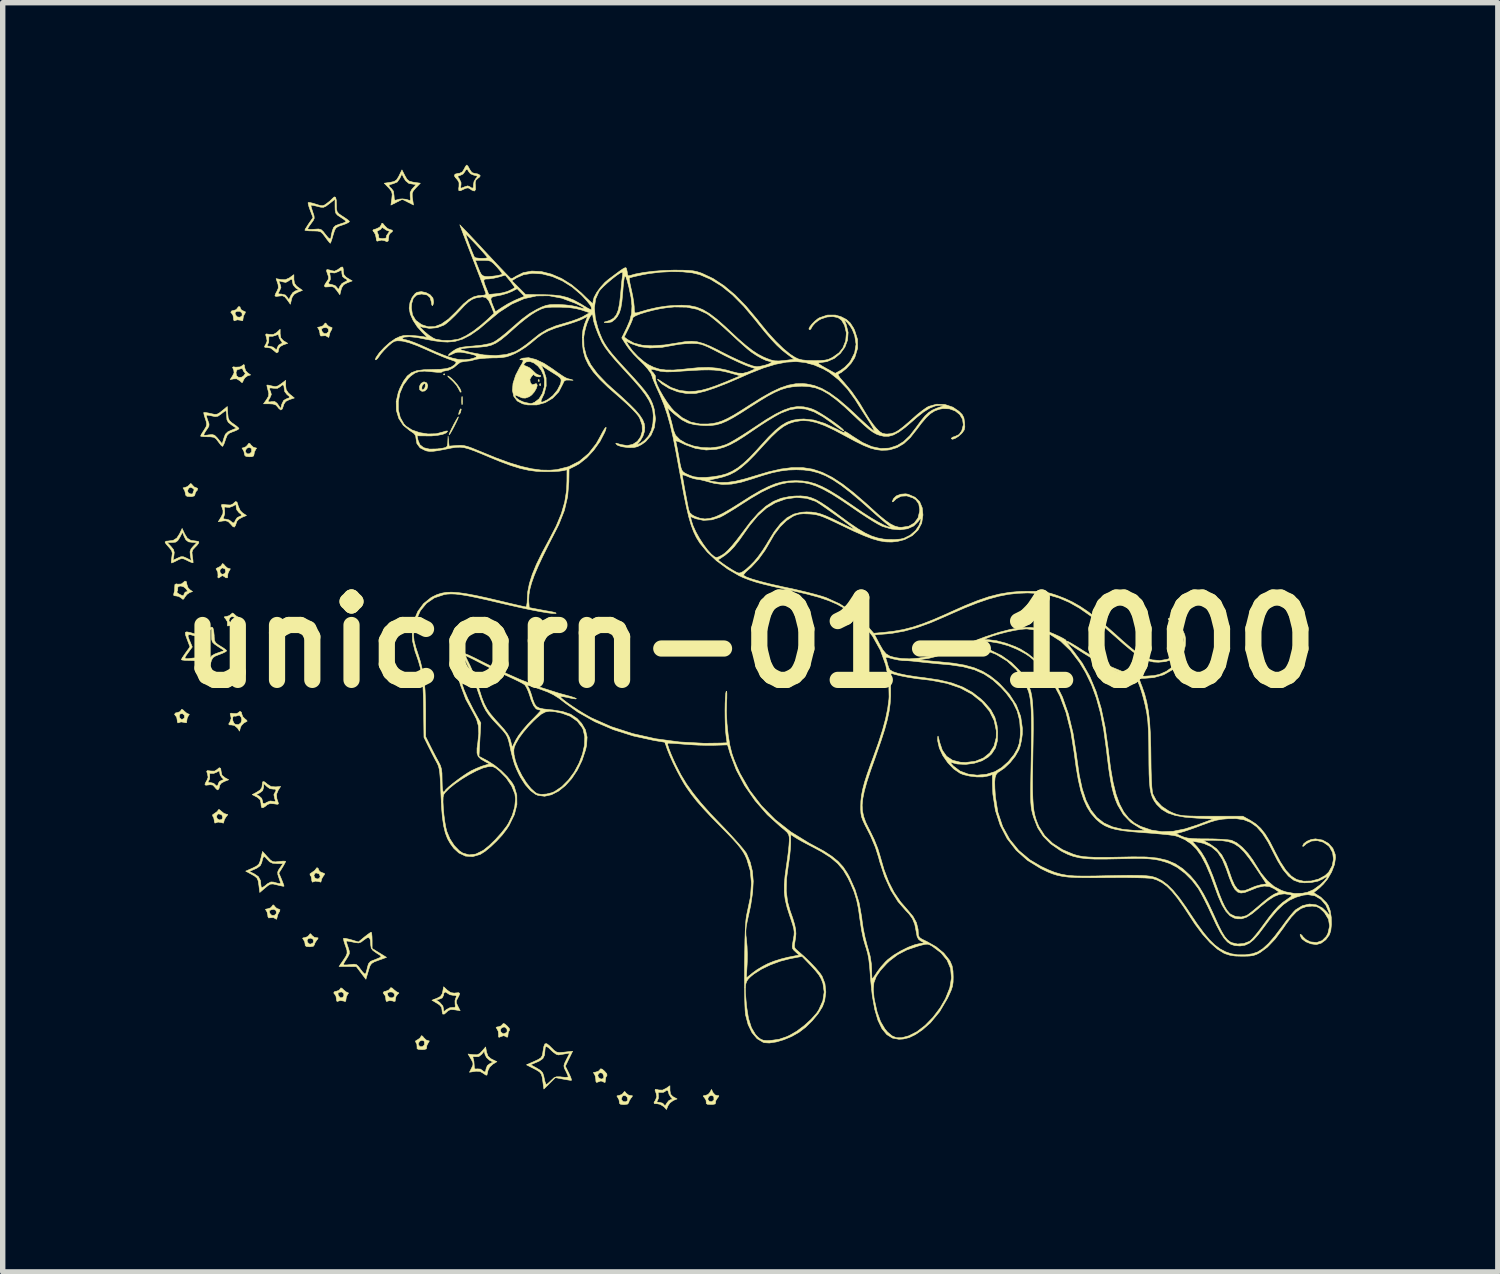
<source format=kicad_pcb>
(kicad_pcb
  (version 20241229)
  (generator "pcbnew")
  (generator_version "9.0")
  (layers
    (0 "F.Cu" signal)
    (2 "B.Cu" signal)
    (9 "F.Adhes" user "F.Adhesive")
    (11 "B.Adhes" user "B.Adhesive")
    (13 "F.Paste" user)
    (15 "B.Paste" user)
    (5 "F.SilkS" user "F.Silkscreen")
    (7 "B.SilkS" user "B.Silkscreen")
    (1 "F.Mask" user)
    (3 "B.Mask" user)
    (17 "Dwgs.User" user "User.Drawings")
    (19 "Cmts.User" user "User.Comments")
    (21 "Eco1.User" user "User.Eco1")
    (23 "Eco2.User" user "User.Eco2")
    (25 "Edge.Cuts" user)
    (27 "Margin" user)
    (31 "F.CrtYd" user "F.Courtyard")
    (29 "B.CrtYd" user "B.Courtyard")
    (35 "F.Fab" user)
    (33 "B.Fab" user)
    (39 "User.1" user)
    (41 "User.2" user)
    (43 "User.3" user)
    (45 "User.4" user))
  (footprint "unicorn-01-1000"
    (layer "F.Cu")
    (at 10.822 8.844)
    (property "Reference" "unicorn-01-1000" (at 0 0 0) (layer "F.SilkS") (effects (font (size 1.524 1.524) (thickness 0.3))))
    (attr through_hole)
    (fp_poly (pts (xy -5.639 -4.966) (xy -5.652 -4.953) (xy -5.664 -4.966) (xy -5.652 -4.978) (xy -5.639 -4.966)) (stroke (width 0.01) (type solid)) (fill yes) (layer "F.SilkS"))
    (fp_poly (pts (xy -3.895 -4.868) (xy -3.892 -4.838) (xy -3.895 -4.834) (xy -3.91 -4.838) (xy -3.912 -4.851) (xy -3.902 -4.872) (xy -3.895 -4.868)) (stroke (width 0.01) (type solid)) (fill yes) (layer "F.SilkS"))
    (fp_poly (pts (xy -3.869 -4.792) (xy -3.866 -4.762) (xy -3.869 -4.758) (xy -3.884 -4.762) (xy -3.886 -4.775) (xy -3.877 -4.796) (xy -3.869 -4.792)) (stroke (width 0.01) (type solid)) (fill yes) (layer "F.SilkS"))
    (fp_poly (pts (xy -5.336 -4.318) (xy -5.348 -4.264) (xy -5.359 -4.242) (xy -5.379 -4.221) (xy -5.383 -4.229) (xy -5.374 -4.27) (xy -5.358 -4.308) (xy -5.343 -4.328) (xy -5.336 -4.318)) (stroke (width 0.01) (type solid)) (fill yes) (layer "F.SilkS"))
    (fp_poly (pts (xy -5.316 -4.54) (xy -5.312 -4.465) (xy -5.316 -4.413) (xy -5.322 -4.403) (xy -5.326 -4.436) (xy -5.327 -4.483) (xy -5.325 -4.541) (xy -5.32 -4.558) (xy -5.316 -4.54)) (stroke (width 0.01) (type solid)) (fill yes) (layer "F.SilkS"))
    (fp_poly (pts (xy -5.575 -4.933) (xy -5.519 -4.893) (xy -5.458 -4.833) (xy -5.402 -4.766) (xy -5.359 -4.701) (xy -5.338 -4.652) (xy -5.341 -4.633) (xy -5.357 -4.645) (xy -5.381 -4.691) (xy -5.385 -4.699) (xy -5.423 -4.762) (xy -5.485 -4.833) (xy -5.522 -4.868) (xy -5.569 -4.912) (xy -5.587 -4.935) (xy -5.575 -4.933)) (stroke (width 0.01) (type solid)) (fill yes) (layer "F.SilkS"))
    (fp_poly (pts (xy -5.387 -4.178) (xy -5.398 -4.145) (xy -5.428 -4.08) (xy -5.469 -3.997) (xy -5.474 -3.988) (xy -5.515 -3.912) (xy -5.545 -3.862) (xy -5.56 -3.846) (xy -5.56 -3.848) (xy -5.549 -3.882) (xy -5.52 -3.947) (xy -5.478 -4.029) (xy -5.474 -4.039) (xy -5.432 -4.114) (xy -5.402 -4.164) (xy -5.388 -4.18) (xy -5.387 -4.178)) (stroke (width 0.01) (type solid)) (fill yes) (layer "F.SilkS"))
    (fp_poly (pts (xy -5.973 -4.806) (xy -5.955 -4.757) (xy -5.97 -4.697) (xy -6.011 -4.658) (xy -6.062 -4.651) (xy -6.101 -4.678) (xy -6.106 -4.688) (xy -6.106 -4.726) (xy -6.066 -4.726) (xy -6.063 -4.683) (xy -6.041 -4.679) (xy -6.011 -4.71) (xy -5.999 -4.748) (xy -6.002 -4.791) (xy -6.024 -4.795) (xy -6.054 -4.764) (xy -6.066 -4.726) (xy -6.106 -4.726) (xy -6.107 -4.747) (xy -6.076 -4.8) (xy -6.027 -4.826) (xy -6.022 -4.826) (xy -5.973 -4.806)) (stroke (width 0.01) (type solid)) (fill yes) (layer "F.SilkS"))
    (fp_poly (pts (xy -9.246 -3.683) (xy -9.226 -3.656) (xy -9.183 -3.617) (xy -9.15 -3.607) (xy -9.123 -3.6) (xy -9.139 -3.576) (xy -9.164 -3.527) (xy -9.169 -3.492) (xy -9.178 -3.455) (xy -9.213 -3.441) (xy -9.258 -3.44) (xy -9.32 -3.447) (xy -9.344 -3.47) (xy -9.347 -3.494) (xy -9.356 -3.53) (xy -9.329 -3.53) (xy -9.3 -3.495) (xy -9.256 -3.494) (xy -9.22 -3.525) (xy -9.217 -3.531) (xy -9.216 -3.581) (xy -9.226 -3.599) (xy -9.262 -3.615) (xy -9.303 -3.597) (xy -9.329 -3.559) (xy -9.329 -3.53) (xy -9.356 -3.53) (xy -9.361 -3.552) (xy -9.378 -3.576) (xy -9.393 -3.601) (xy -9.365 -3.607) (xy -9.319 -3.627) (xy -9.292 -3.656) (xy -9.266 -3.69) (xy -9.246 -3.683)) (stroke (width 0.01) (type solid)) (fill yes) (layer "F.SilkS"))
    (fp_poly (pts (xy -9.781 3.116) (xy -9.778 3.119) (xy -9.728 3.16) (xy -9.685 3.175) (xy -9.658 3.179) (xy -9.667 3.2) (xy -9.686 3.221) (xy -9.719 3.275) (xy -9.728 3.312) (xy -9.737 3.341) (xy -9.772 3.331) (xy -9.837 3.321) (xy -9.861 3.33) (xy -9.894 3.34) (xy -9.905 3.312) (xy -9.906 3.292) (xy -9.917 3.237) (xy -9.928 3.22) (xy -9.867 3.22) (xy -9.848 3.262) (xy -9.809 3.282) (xy -9.766 3.273) (xy -9.749 3.237) (xy -9.764 3.194) (xy -9.776 3.183) (xy -9.826 3.168) (xy -9.847 3.179) (xy -9.867 3.22) (xy -9.928 3.22) (xy -9.935 3.211) (xy -9.939 3.188) (xy -9.897 3.158) (xy -9.849 3.124) (xy -9.83 3.093) (xy -9.816 3.088) (xy -9.781 3.116)) (stroke (width 0.01) (type solid)) (fill yes) (layer "F.SilkS"))
    (fp_poly (pts (xy -8.112 5.399) (xy -8.101 5.417) (xy -8.056 5.453) (xy -8.021 5.461) (xy -7.985 5.464) (xy -7.989 5.483) (xy -8.01 5.507) (xy -8.043 5.558) (xy -8.052 5.591) (xy -8.072 5.619) (xy -8.135 5.629) (xy -8.141 5.629) (xy -8.203 5.623) (xy -8.224 5.603) (xy -8.224 5.587) (xy -8.233 5.534) (xy -8.25 5.505) (xy -8.188 5.505) (xy -8.181 5.546) (xy -8.148 5.576) (xy -8.129 5.581) (xy -8.084 5.563) (xy -8.07 5.537) (xy -8.077 5.491) (xy -8.118 5.469) (xy -8.163 5.476) (xy -8.188 5.505) (xy -8.25 5.505) (xy -8.252 5.503) (xy -8.272 5.471) (xy -8.25 5.461) (xy -8.234 5.461) (xy -8.178 5.441) (xy -8.155 5.417) (xy -8.131 5.386) (xy -8.112 5.399)) (stroke (width 0.01) (type solid)) (fill yes) (layer "F.SilkS"))
    (fp_poly (pts (xy -2.726 7.895) (xy -2.682 7.933) (xy -2.642 7.98) (xy -2.637 8.01) (xy -2.64 8.013) (xy -2.661 8.048) (xy -2.667 8.095) (xy -2.672 8.138) (xy -2.691 8.139) (xy -2.703 8.129) (xy -2.749 8.112) (xy -2.792 8.127) (xy -2.83 8.141) (xy -2.843 8.121) (xy -2.845 8.083) (xy -2.855 8.019) (xy -2.861 8.007) (xy -2.809 8.007) (xy -2.796 8.048) (xy -2.756 8.075) (xy -2.739 8.077) (xy -2.701 8.064) (xy -2.697 8.022) (xy -2.72 7.968) (xy -2.763 7.96) (xy -2.789 7.972) (xy -2.809 8.007) (xy -2.861 8.007) (xy -2.875 7.981) (xy -2.889 7.957) (xy -2.858 7.95) (xy -2.851 7.95) (xy -2.797 7.933) (xy -2.774 7.91) (xy -2.754 7.887) (xy -2.726 7.895)) (stroke (width 0.01) (type solid)) (fill yes) (layer "F.SilkS"))
    (fp_poly (pts (xy -0.678 8.325) (xy -0.639 8.37) (xy -0.602 8.382) (xy -0.567 8.385) (xy -0.571 8.402) (xy -0.596 8.432) (xy -0.626 8.481) (xy -0.628 8.515) (xy -0.636 8.538) (xy -0.684 8.548) (xy -0.715 8.548) (xy -0.779 8.544) (xy -0.802 8.527) (xy -0.8 8.512) (xy -0.805 8.468) (xy -0.823 8.439) (xy -0.771 8.439) (xy -0.769 8.459) (xy -0.74 8.493) (xy -0.696 8.495) (xy -0.66 8.464) (xy -0.658 8.459) (xy -0.66 8.41) (xy -0.67 8.393) (xy -0.71 8.378) (xy -0.75 8.398) (xy -0.771 8.439) (xy -0.823 8.439) (xy -0.829 8.429) (xy -0.857 8.394) (xy -0.846 8.383) (xy -0.818 8.382) (xy -0.765 8.361) (xy -0.733 8.325) (xy -0.703 8.269) (xy -0.678 8.325)) (stroke (width 0.01) (type solid)) (fill yes) (layer "F.SilkS"))
    (fp_poly (pts (xy -10.482 1.247) (xy -10.461 1.269) (xy -10.415 1.307) (xy -10.383 1.321) (xy -10.367 1.33) (xy -10.384 1.351) (xy -10.408 1.4) (xy -10.414 1.441) (xy -10.42 1.483) (xy -10.446 1.483) (xy -10.458 1.477) (xy -10.522 1.467) (xy -10.547 1.476) (xy -10.58 1.486) (xy -10.591 1.458) (xy -10.592 1.437) (xy -10.601 1.383) (xy -10.617 1.359) (xy -10.622 1.353) (xy -10.555 1.353) (xy -10.544 1.396) (xy -10.511 1.422) (xy -10.503 1.422) (xy -10.466 1.402) (xy -10.456 1.386) (xy -10.46 1.342) (xy -10.494 1.314) (xy -10.536 1.318) (xy -10.555 1.353) (xy -10.622 1.353) (xy -10.642 1.327) (xy -10.623 1.301) (xy -10.591 1.295) (xy -10.542 1.278) (xy -10.524 1.256) (xy -10.508 1.233) (xy -10.482 1.247)) (stroke (width 0.01) (type solid)) (fill yes) (layer "F.SilkS"))
    (fp_poly (pts (xy -7.536 6.403) (xy -7.514 6.425) (xy -7.469 6.463) (xy -7.436 6.477) (xy -7.42 6.486) (xy -7.437 6.507) (xy -7.462 6.556) (xy -7.468 6.598) (xy -7.474 6.639) (xy -7.5 6.639) (xy -7.511 6.633) (xy -7.576 6.623) (xy -7.6 6.632) (xy -7.634 6.642) (xy -7.645 6.614) (xy -7.645 6.594) (xy -7.655 6.54) (xy -7.671 6.515) (xy -7.676 6.509) (xy -7.615 6.509) (xy -7.605 6.538) (xy -7.572 6.574) (xy -7.531 6.569) (xy -7.508 6.536) (xy -7.51 6.49) (xy -7.546 6.465) (xy -7.586 6.469) (xy -7.615 6.484) (xy -7.615 6.509) (xy -7.676 6.509) (xy -7.696 6.483) (xy -7.677 6.457) (xy -7.645 6.452) (xy -7.596 6.434) (xy -7.578 6.412) (xy -7.562 6.389) (xy -7.536 6.403)) (stroke (width 0.01) (type solid)) (fill yes) (layer "F.SilkS"))
    (fp_poly (pts (xy -6.048 7.287) (xy -6.03 7.311) (xy -5.987 7.353) (xy -5.952 7.366) (xy -5.926 7.372) (xy -5.938 7.397) (xy -5.947 7.408) (xy -5.973 7.46) (xy -5.975 7.491) (xy -5.982 7.519) (xy -6.022 7.531) (xy -6.066 7.532) (xy -6.13 7.528) (xy -6.154 7.513) (xy -6.153 7.487) (xy -6.156 7.443) (xy -6.129 7.443) (xy -6.1 7.477) (xy -6.056 7.479) (xy -6.019 7.448) (xy -6.017 7.442) (xy -6.016 7.391) (xy -6.025 7.373) (xy -6.062 7.358) (xy -6.103 7.376) (xy -6.128 7.414) (xy -6.129 7.443) (xy -6.156 7.443) (xy -6.157 7.43) (xy -6.171 7.406) (xy -6.184 7.375) (xy -6.153 7.355) (xy -6.15 7.354) (xy -6.102 7.322) (xy -6.085 7.297) (xy -6.069 7.273) (xy -6.048 7.287)) (stroke (width 0.01) (type solid)) (fill yes) (layer "F.SilkS"))
    (fp_poly (pts (xy -2.295 8.32) (xy -2.285 8.338) (xy -2.239 8.374) (xy -2.205 8.382) (xy -2.168 8.385) (xy -2.172 8.404) (xy -2.193 8.428) (xy -2.226 8.479) (xy -2.235 8.512) (xy -2.255 8.54) (xy -2.319 8.55) (xy -2.325 8.55) (xy -2.386 8.544) (xy -2.408 8.524) (xy -2.407 8.508) (xy -2.417 8.455) (xy -2.427 8.438) (xy -2.371 8.438) (xy -2.369 8.459) (xy -2.341 8.493) (xy -2.297 8.5) (xy -2.261 8.479) (xy -2.255 8.463) (xy -2.263 8.414) (xy -2.297 8.383) (xy -2.339 8.383) (xy -2.35 8.391) (xy -2.371 8.438) (xy -2.427 8.438) (xy -2.435 8.424) (xy -2.455 8.392) (xy -2.434 8.382) (xy -2.417 8.382) (xy -2.362 8.362) (xy -2.338 8.338) (xy -2.315 8.307) (xy -2.295 8.32)) (stroke (width 0.01) (type solid)) (fill yes) (layer "F.SilkS"))
    (fp_poly (pts (xy -10.324 -2.934) (xy -10.311 -2.915) (xy -10.273 -2.878) (xy -10.248 -2.87) (xy -10.215 -2.855) (xy -10.219 -2.822) (xy -10.236 -2.807) (xy -10.258 -2.771) (xy -10.262 -2.747) (xy -10.275 -2.716) (xy -10.322 -2.703) (xy -10.351 -2.703) (xy -10.411 -2.708) (xy -10.436 -2.73) (xy -10.439 -2.756) (xy -10.452 -2.808) (xy -10.403 -2.808) (xy -10.382 -2.767) (xy -10.337 -2.75) (xy -10.302 -2.756) (xy -10.3 -2.768) (xy -10.295 -2.799) (xy -10.286 -2.807) (xy -10.279 -2.833) (xy -10.303 -2.857) (xy -10.345 -2.877) (xy -10.38 -2.857) (xy -10.381 -2.856) (xy -10.403 -2.808) (xy -10.452 -2.808) (xy -10.453 -2.814) (xy -10.47 -2.84) (xy -10.484 -2.864) (xy -10.454 -2.87) (xy -10.401 -2.889) (xy -10.372 -2.915) (xy -10.344 -2.945) (xy -10.324 -2.934)) (stroke (width 0.01) (type solid)) (fill yes) (layer "F.SilkS"))
    (fp_poly (pts (xy -7.978 4.186) (xy -7.976 4.203) (xy -7.954 4.237) (xy -7.911 4.257) (xy -7.867 4.272) (xy -7.867 4.294) (xy -7.886 4.317) (xy -7.917 4.37) (xy -7.925 4.403) (xy -7.934 4.433) (xy -7.97 4.423) (xy -7.97 4.423) (xy -8.035 4.414) (xy -8.059 4.423) (xy -8.091 4.433) (xy -8.102 4.404) (xy -8.103 4.384) (xy -8.113 4.329) (xy -8.125 4.312) (xy -8.063 4.312) (xy -8.044 4.354) (xy -8.005 4.375) (xy -7.963 4.365) (xy -7.946 4.329) (xy -7.961 4.287) (xy -7.973 4.276) (xy -8.023 4.261) (xy -8.044 4.271) (xy -8.063 4.312) (xy -8.125 4.312) (xy -8.132 4.303) (xy -8.135 4.28) (xy -8.094 4.25) (xy -8.046 4.217) (xy -8.026 4.19) (xy -8.007 4.166) (xy -8.001 4.166) (xy -7.978 4.186)) (stroke (width 0.01) (type solid)) (fill yes) (layer "F.SilkS"))
    (fp_poly (pts (xy -4.53 7.057) (xy -4.486 7.095) (xy -4.445 7.142) (xy -4.441 7.172) (xy -4.444 7.175) (xy -4.464 7.21) (xy -4.47 7.256) (xy -4.475 7.3) (xy -4.494 7.301) (xy -4.507 7.291) (xy -4.55 7.274) (xy -4.598 7.29) (xy -4.637 7.306) (xy -4.647 7.286) (xy -4.644 7.257) (xy -4.651 7.192) (xy -4.663 7.169) (xy -4.612 7.169) (xy -4.599 7.211) (xy -4.561 7.237) (xy -4.547 7.239) (xy -4.5 7.218) (xy -4.485 7.197) (xy -4.49 7.15) (xy -4.526 7.117) (xy -4.547 7.113) (xy -4.577 7.125) (xy -4.592 7.133) (xy -4.612 7.169) (xy -4.663 7.169) (xy -4.671 7.154) (xy -4.691 7.122) (xy -4.668 7.112) (xy -4.653 7.112) (xy -4.599 7.094) (xy -4.577 7.071) (xy -4.557 7.049) (xy -4.53 7.057)) (stroke (width 0.01) (type solid)) (fill yes) (layer "F.SilkS"))
    (fp_poly (pts (xy -9.729 -1.448) (xy -9.713 -1.427) (xy -9.67 -1.385) (xy -9.635 -1.372) (xy -9.609 -1.366) (xy -9.621 -1.341) (xy -9.63 -1.33) (xy -9.655 -1.274) (xy -9.657 -1.241) (xy -9.662 -1.2) (xy -9.692 -1.2) (xy -9.723 -1.224) (xy -9.758 -1.242) (xy -9.784 -1.224) (xy -9.825 -1.196) (xy -9.841 -1.21) (xy -9.837 -1.245) (xy -9.841 -1.301) (xy -9.8 -1.301) (xy -9.77 -1.268) (xy -9.76 -1.265) (xy -9.716 -1.275) (xy -9.694 -1.315) (xy -9.706 -1.362) (xy -9.708 -1.364) (xy -9.75 -1.383) (xy -9.768 -1.38) (xy -9.8 -1.347) (xy -9.8 -1.301) (xy -9.841 -1.301) (xy -9.841 -1.305) (xy -9.856 -1.335) (xy -9.874 -1.367) (xy -9.848 -1.385) (xy -9.836 -1.388) (xy -9.786 -1.417) (xy -9.767 -1.442) (xy -9.752 -1.465) (xy -9.729 -1.448)) (stroke (width 0.01) (type solid)) (fill yes) (layer "F.SilkS"))
    (fp_poly (pts (xy -9.543 -0.533) (xy -9.539 -0.528) (xy -9.493 -0.488) (xy -9.465 -0.474) (xy -9.433 -0.455) (xy -9.444 -0.425) (xy -9.452 -0.415) (xy -9.477 -0.359) (xy -9.479 -0.326) (xy -9.476 -0.287) (xy -9.495 -0.286) (xy -9.525 -0.304) (xy -9.579 -0.317) (xy -9.62 -0.314) (xy -9.661 -0.309) (xy -9.665 -0.332) (xy -9.662 -0.341) (xy -9.666 -0.392) (xy -9.683 -0.419) (xy -9.634 -0.419) (xy -9.632 -0.4) (xy -9.605 -0.364) (xy -9.56 -0.358) (xy -9.521 -0.384) (xy -9.515 -0.396) (xy -9.518 -0.446) (xy -9.533 -0.469) (xy -9.576 -0.485) (xy -9.615 -0.464) (xy -9.634 -0.419) (xy -9.683 -0.419) (xy -9.691 -0.433) (xy -9.721 -0.469) (xy -9.714 -0.481) (xy -9.684 -0.483) (xy -9.626 -0.501) (xy -9.599 -0.523) (xy -9.569 -0.549) (xy -9.543 -0.533)) (stroke (width 0.01) (type solid)) (fill yes) (layer "F.SilkS"))
    (fp_poly (pts (xy -8.798 4.866) (xy -8.787 4.883) (xy -8.749 4.92) (xy -8.724 4.928) (xy -8.69 4.942) (xy -8.698 4.978) (xy -8.71 4.992) (xy -8.731 5.035) (xy -8.742 5.08) (xy -8.753 5.12) (xy -8.77 5.113) (xy -8.772 5.11) (xy -8.814 5.088) (xy -8.855 5.091) (xy -8.9 5.095) (xy -8.915 5.066) (xy -8.915 5.047) (xy -8.928 4.988) (xy -8.93 4.984) (xy -8.886 4.984) (xy -8.875 5.014) (xy -8.841 5.049) (xy -8.795 5.049) (xy -8.76 5.016) (xy -8.756 5.005) (xy -8.763 4.958) (xy -8.803 4.936) (xy -8.852 4.944) (xy -8.884 4.96) (xy -8.886 4.984) (xy -8.93 4.984) (xy -8.946 4.958) (xy -8.959 4.935) (xy -8.928 4.928) (xy -8.922 4.928) (xy -8.865 4.909) (xy -8.84 4.883) (xy -8.817 4.852) (xy -8.798 4.866)) (stroke (width 0.01) (type solid)) (fill yes) (layer "F.SilkS"))
    (fp_poly (pts (xy -7.833 -5.904) (xy -7.822 -5.886) (xy -7.784 -5.85) (xy -7.758 -5.842) (xy -7.725 -5.828) (xy -7.733 -5.792) (xy -7.745 -5.777) (xy -7.766 -5.735) (xy -7.777 -5.69) (xy -7.787 -5.649) (xy -7.804 -5.656) (xy -7.807 -5.66) (xy -7.849 -5.682) (xy -7.889 -5.678) (xy -7.935 -5.675) (xy -7.95 -5.704) (xy -7.95 -5.722) (xy -7.963 -5.782) (xy -7.965 -5.785) (xy -7.92 -5.785) (xy -7.909 -5.755) (xy -7.875 -5.72) (xy -7.829 -5.721) (xy -7.794 -5.754) (xy -7.791 -5.764) (xy -7.797 -5.812) (xy -7.838 -5.833) (xy -7.887 -5.826) (xy -7.919 -5.81) (xy -7.92 -5.785) (xy -7.965 -5.785) (xy -7.981 -5.812) (xy -7.994 -5.835) (xy -7.963 -5.842) (xy -7.957 -5.842) (xy -7.9 -5.861) (xy -7.875 -5.886) (xy -7.852 -5.917) (xy -7.833 -5.904)) (stroke (width 0.01) (type solid)) (fill yes) (layer "F.SilkS"))
    (fp_poly (pts (xy -6.613 6.394) (xy -6.582 6.423) (xy -6.533 6.462) (xy -6.496 6.478) (xy -6.488 6.488) (xy -6.509 6.504) (xy -6.543 6.548) (xy -6.553 6.594) (xy -6.559 6.638) (xy -6.583 6.64) (xy -6.597 6.633) (xy -6.662 6.623) (xy -6.686 6.632) (xy -6.719 6.642) (xy -6.73 6.614) (xy -6.731 6.594) (xy -6.74 6.54) (xy -6.756 6.515) (xy -6.762 6.508) (xy -6.701 6.508) (xy -6.69 6.538) (xy -6.656 6.572) (xy -6.609 6.575) (xy -6.572 6.547) (xy -6.57 6.542) (xy -6.574 6.498) (xy -6.611 6.467) (xy -6.662 6.466) (xy -6.664 6.467) (xy -6.699 6.483) (xy -6.701 6.508) (xy -6.762 6.508) (xy -6.781 6.483) (xy -6.763 6.457) (xy -6.732 6.452) (xy -6.68 6.432) (xy -6.659 6.41) (xy -6.639 6.385) (xy -6.613 6.394)) (stroke (width 0.01) (type solid)) (fill yes) (layer "F.SilkS"))
    (fp_poly (pts (xy -9.431 -6.215) (xy -9.423 -6.188) (xy -9.402 -6.155) (xy -9.367 -6.138) (xy -9.329 -6.121) (xy -9.336 -6.097) (xy -9.341 -6.092) (xy -9.366 -6.043) (xy -9.373 -6.001) (xy -9.379 -5.959) (xy -9.405 -5.96) (xy -9.416 -5.966) (xy -9.481 -5.975) (xy -9.505 -5.966) (xy -9.539 -5.956) (xy -9.55 -5.985) (xy -9.55 -6.005) (xy -9.56 -6.059) (xy -9.576 -6.083) (xy -9.581 -6.091) (xy -9.521 -6.091) (xy -9.51 -6.06) (xy -9.476 -6.026) (xy -9.428 -6.023) (xy -9.392 -6.051) (xy -9.39 -6.056) (xy -9.394 -6.101) (xy -9.431 -6.131) (xy -9.482 -6.133) (xy -9.484 -6.132) (xy -9.518 -6.115) (xy -9.521 -6.091) (xy -9.581 -6.091) (xy -9.601 -6.115) (xy -9.582 -6.141) (xy -9.55 -6.147) (xy -9.501 -6.163) (xy -9.483 -6.185) (xy -9.457 -6.219) (xy -9.431 -6.215)) (stroke (width 0.01) (type solid)) (fill yes) (layer "F.SilkS"))
    (fp_poly (pts (xy -9.404 1.289) (xy -9.398 1.319) (xy -9.379 1.37) (xy -9.342 1.408) (xy -9.305 1.438) (xy -9.298 1.454) (xy -9.327 1.47) (xy -9.359 1.488) (xy -9.405 1.534) (xy -9.424 1.577) (xy -9.439 1.638) (xy -9.476 1.581) (xy -9.534 1.533) (xy -9.583 1.524) (xy -9.632 1.521) (xy -9.638 1.503) (xy -9.617 1.47) (xy -9.593 1.403) (xy -9.593 1.4) (xy -9.568 1.4) (xy -9.562 1.448) (xy -9.54 1.493) (xy -9.515 1.513) (xy -9.457 1.518) (xy -9.414 1.485) (xy -9.397 1.43) (xy -9.408 1.382) (xy -9.439 1.343) (xy -9.464 1.349) (xy -9.512 1.362) (xy -9.528 1.359) (xy -9.558 1.365) (xy -9.568 1.4) (xy -9.593 1.4) (xy -9.602 1.357) (xy -9.613 1.316) (xy -9.595 1.305) (xy -9.553 1.311) (xy -9.494 1.313) (xy -9.463 1.298) (xy -9.43 1.271) (xy -9.404 1.289)) (stroke (width 0.01) (type solid)) (fill yes) (layer "F.SilkS"))
    (fp_poly (pts (xy -9.348 -5.132) (xy -9.347 -5.1) (xy -9.325 -5.032) (xy -9.29 -4.995) (xy -9.233 -4.955) (xy -9.289 -4.939) (xy -9.339 -4.903) (xy -9.366 -4.86) (xy -9.383 -4.816) (xy -9.403 -4.817) (xy -9.431 -4.846) (xy -9.492 -4.883) (xy -9.544 -4.882) (xy -9.612 -4.869) (xy -9.568 -4.937) (xy -9.539 -4.995) (xy -9.54 -4.997) (xy -9.504 -4.997) (xy -9.494 -4.939) (xy -9.454 -4.908) (xy -9.399 -4.913) (xy -9.362 -4.938) (xy -9.332 -4.98) (xy -9.342 -4.998) (xy -9.369 -5.029) (xy -9.373 -5.047) (xy -9.389 -5.074) (xy -9.413 -5.07) (xy -9.46 -5.056) (xy -9.475 -5.055) (xy -9.494 -5.033) (xy -9.504 -4.997) (xy -9.54 -4.997) (xy -9.545 -5.043) (xy -9.552 -5.058) (xy -9.568 -5.095) (xy -9.552 -5.105) (xy -9.509 -5.098) (xy -9.428 -5.103) (xy -9.392 -5.124) (xy -9.359 -5.148) (xy -9.348 -5.132)) (stroke (width 0.01) (type solid)) (fill yes) (layer "F.SilkS"))
    (fp_poly (pts (xy -10.421 -1.127) (xy -10.414 -1.081) (xy -10.394 -1.019) (xy -10.361 -0.982) (xy -10.308 -0.945) (xy -10.361 -0.928) (xy -10.412 -0.893) (xy -10.448 -0.847) (xy -10.474 -0.805) (xy -10.496 -0.805) (xy -10.514 -0.824) (xy -10.564 -0.855) (xy -10.61 -0.864) (xy -10.654 -0.87) (xy -10.658 -0.897) (xy -10.654 -0.908) (xy -10.649 -0.928) (xy -10.597 -0.928) (xy -10.562 -0.901) (xy -10.502 -0.872) (xy -10.472 -0.872) (xy -10.465 -0.901) (xy -10.465 -0.902) (xy -10.444 -0.935) (xy -10.426 -0.94) (xy -10.402 -0.945) (xy -10.41 -0.97) (xy -10.431 -0.999) (xy -10.473 -1.033) (xy -10.524 -1.048) (xy -10.566 -1.042) (xy -10.585 -1.017) (xy -10.582 -1.001) (xy -10.585 -0.961) (xy -10.595 -0.95) (xy -10.597 -0.928) (xy -10.649 -0.928) (xy -10.64 -0.967) (xy -10.638 -1.025) (xy -10.635 -1.075) (xy -10.611 -1.088) (xy -10.581 -1.082) (xy -10.517 -1.085) (xy -10.49 -1.105) (xy -10.448 -1.14) (xy -10.421 -1.127)) (stroke (width 0.01) (type solid)) (fill yes) (layer "F.SilkS"))
    (fp_poly (pts (xy -6.788 -7.76) (xy -6.755 -7.719) (xy -6.751 -7.714) (xy -6.703 -7.666) (xy -6.654 -7.645) (xy -6.653 -7.645) (xy -6.61 -7.633) (xy -6.611 -7.605) (xy -6.642 -7.585) (xy -6.671 -7.55) (xy -6.68 -7.494) (xy -6.687 -7.435) (xy -6.711 -7.42) (xy -6.754 -7.44) (xy -6.808 -7.45) (xy -6.85 -7.441) (xy -6.893 -7.43) (xy -6.907 -7.454) (xy -6.909 -7.485) (xy -6.924 -7.554) (xy -6.949 -7.597) (xy -6.961 -7.613) (xy -6.894 -7.613) (xy -6.885 -7.584) (xy -6.882 -7.58) (xy -6.863 -7.533) (xy -6.865 -7.511) (xy -6.857 -7.487) (xy -6.805 -7.478) (xy -6.793 -7.478) (xy -6.741 -7.483) (xy -6.721 -7.497) (xy -6.722 -7.5) (xy -6.718 -7.533) (xy -6.691 -7.571) (xy -6.665 -7.608) (xy -6.678 -7.62) (xy -6.681 -7.62) (xy -6.724 -7.636) (xy -6.761 -7.662) (xy -6.795 -7.684) (xy -6.807 -7.676) (xy -6.828 -7.648) (xy -6.859 -7.632) (xy -6.894 -7.613) (xy -6.961 -7.613) (xy -6.972 -7.628) (xy -6.958 -7.645) (xy -6.912 -7.657) (xy -6.845 -7.689) (xy -6.818 -7.728) (xy -6.804 -7.762) (xy -6.788 -7.76)) (stroke (width 0.01) (type solid)) (fill yes) (layer "F.SilkS"))
    (fp_poly (pts (xy -1.473 8.287) (xy -1.462 8.357) (xy -1.422 8.4) (xy -1.407 8.409) (xy -1.34 8.445) (xy -1.41 8.473) (xy -1.472 8.518) (xy -1.509 8.571) (xy -1.537 8.641) (xy -1.585 8.588) (xy -1.653 8.545) (xy -1.709 8.534) (xy -1.76 8.532) (xy -1.768 8.514) (xy -1.759 8.499) (xy -1.717 8.499) (xy -1.693 8.508) (xy -1.666 8.509) (xy -1.608 8.524) (xy -1.583 8.55) (xy -1.568 8.572) (xy -1.547 8.552) (xy -1.532 8.525) (xy -1.494 8.477) (xy -1.456 8.458) (xy -1.429 8.454) (xy -1.437 8.434) (xy -1.457 8.412) (xy -1.49 8.359) (xy -1.499 8.323) (xy -1.513 8.285) (xy -1.545 8.288) (xy -1.564 8.308) (xy -1.599 8.325) (xy -1.641 8.324) (xy -1.684 8.322) (xy -1.691 8.349) (xy -1.686 8.373) (xy -1.686 8.435) (xy -1.702 8.471) (xy -1.717 8.499) (xy -1.759 8.499) (xy -1.743 8.472) (xy -1.716 8.407) (xy -1.727 8.343) (xy -1.748 8.287) (xy -1.743 8.267) (xy -1.706 8.272) (xy -1.683 8.279) (xy -1.61 8.282) (xy -1.543 8.249) (xy -1.473 8.201) (xy -1.473 8.287)) (stroke (width 0.01) (type solid)) (fill yes) (layer "F.SilkS"))
    (fp_poly (pts (xy -4.867 7.578) (xy -4.841 7.652) (xy -4.79 7.699) (xy -4.762 7.714) (xy -4.675 7.756) (xy -4.75 7.801) (xy -4.809 7.856) (xy -4.84 7.918) (xy -4.853 7.975) (xy -4.86 8.005) (xy -4.88 8.003) (xy -4.922 7.975) (xy -4.927 7.971) (xy -4.988 7.936) (xy -5.061 7.932) (xy -5.087 7.936) (xy -5.183 7.951) (xy -5.143 7.873) (xy -5.119 7.819) (xy -5.119 7.777) (xy -5.145 7.723) (xy -5.156 7.704) (xy -5.17 7.68) (xy -5.12 7.68) (xy -5.115 7.693) (xy -5.101 7.747) (xy -5.096 7.819) (xy -5.092 7.875) (xy -5.073 7.893) (xy -5.04 7.889) (xy -4.979 7.893) (xy -4.953 7.912) (xy -4.91 7.947) (xy -4.884 7.935) (xy -4.877 7.891) (xy -4.853 7.829) (xy -4.812 7.797) (xy -4.747 7.762) (xy -4.812 7.729) (xy -4.866 7.68) (xy -4.893 7.628) (xy -4.91 7.56) (xy -4.957 7.619) (xy -5.012 7.662) (xy -5.069 7.664) (xy -5.114 7.661) (xy -5.12 7.68) (xy -5.17 7.68) (xy -5.209 7.614) (xy -5.113 7.626) (xy -5.043 7.628) (xy -4.994 7.606) (xy -4.95 7.56) (xy -4.884 7.483) (xy -4.867 7.578)) (stroke (width 0.01) (type solid)) (fill yes) (layer "F.SilkS"))
    (fp_poly (pts (xy -8.94 2.605) (xy -8.922 2.622) (xy -8.854 2.664) (xy -8.77 2.67) (xy -8.678 2.662) (xy -8.723 2.731) (xy -8.754 2.805) (xy -8.748 2.888) (xy -8.725 2.955) (xy -8.718 2.984) (xy -8.737 2.992) (xy -8.795 2.984) (xy -8.799 2.983) (xy -8.872 2.977) (xy -8.925 2.998) (xy -8.95 3.02) (xy -8.995 3.052) (xy -9.025 3.057) (xy -9.025 3.057) (xy -9.038 3.021) (xy -9.042 2.968) (xy -9.056 2.909) (xy -9.104 2.866) (xy -9.123 2.855) (xy -9.204 2.813) (xy -9.204 2.813) (xy -9.128 2.813) (xy -9.072 2.842) (xy -9.029 2.882) (xy -9.017 2.918) (xy -9.006 2.972) (xy -8.973 2.98) (xy -8.939 2.958) (xy -8.873 2.931) (xy -8.829 2.935) (xy -8.783 2.944) (xy -8.774 2.927) (xy -8.789 2.882) (xy -8.803 2.815) (xy -8.789 2.785) (xy -8.763 2.741) (xy -8.776 2.712) (xy -8.815 2.711) (xy -8.878 2.702) (xy -8.929 2.666) (xy -8.992 2.607) (xy -8.992 2.674) (xy -9.011 2.739) (xy -9.06 2.777) (xy -9.128 2.813) (xy -9.204 2.813) (xy -9.13 2.774) (xy -9.059 2.729) (xy -9.025 2.68) (xy -9.017 2.623) (xy -9.011 2.577) (xy -8.987 2.571) (xy -8.94 2.605)) (stroke (width 0.01) (type solid)) (fill yes) (layer "F.SilkS"))
    (fp_poly (pts (xy -8.687 -5.713) (xy -8.675 -5.641) (xy -8.633 -5.593) (xy -8.617 -5.582) (xy -8.547 -5.54) (xy -8.63 -5.511) (xy -8.688 -5.479) (xy -8.713 -5.441) (xy -8.713 -5.439) (xy -8.724 -5.379) (xy -8.752 -5.363) (xy -8.792 -5.396) (xy -8.796 -5.4) (xy -8.863 -5.452) (xy -8.917 -5.461) (xy -8.968 -5.464) (xy -8.977 -5.481) (xy -8.968 -5.496) (xy -8.931 -5.496) (xy -8.906 -5.487) (xy -8.884 -5.486) (xy -8.82 -5.47) (xy -8.785 -5.444) (xy -8.758 -5.417) (xy -8.746 -5.435) (xy -8.742 -5.456) (xy -8.714 -5.506) (xy -8.683 -5.526) (xy -8.649 -5.542) (xy -8.656 -5.566) (xy -8.672 -5.586) (xy -8.704 -5.639) (xy -8.712 -5.673) (xy -8.719 -5.702) (xy -8.75 -5.696) (xy -8.766 -5.688) (xy -8.826 -5.67) (xy -8.863 -5.671) (xy -8.894 -5.67) (xy -8.897 -5.634) (xy -8.896 -5.622) (xy -8.899 -5.56) (xy -8.916 -5.524) (xy -8.931 -5.496) (xy -8.968 -5.496) (xy -8.953 -5.521) (xy -8.928 -5.582) (xy -8.94 -5.649) (xy -8.941 -5.651) (xy -8.956 -5.699) (xy -8.944 -5.714) (xy -8.893 -5.707) (xy -8.886 -5.705) (xy -8.814 -5.703) (xy -8.754 -5.737) (xy -8.746 -5.745) (xy -8.687 -5.8) (xy -8.687 -5.713)) (stroke (width 0.01) (type solid)) (fill yes) (layer "F.SilkS"))
    (fp_poly (pts (xy -5.593 6.433) (xy -5.529 6.478) (xy -5.463 6.487) (xy -5.442 6.484) (xy -5.383 6.479) (xy -5.363 6.494) (xy -5.379 6.538) (xy -5.4 6.577) (xy -5.426 6.628) (xy -5.425 6.67) (xy -5.398 6.729) (xy -5.398 6.729) (xy -5.355 6.812) (xy -5.454 6.796) (xy -5.527 6.79) (xy -5.574 6.808) (xy -5.599 6.831) (xy -5.649 6.875) (xy -5.678 6.874) (xy -5.689 6.825) (xy -5.69 6.806) (xy -5.699 6.749) (xy -5.737 6.705) (xy -5.784 6.674) (xy -5.878 6.618) (xy -5.861 6.612) (xy -5.799 6.612) (xy -5.732 6.661) (xy -5.676 6.724) (xy -5.664 6.775) (xy -5.662 6.82) (xy -5.646 6.822) (xy -5.611 6.792) (xy -5.547 6.758) (xy -5.496 6.752) (xy -5.452 6.752) (xy -5.444 6.725) (xy -5.449 6.697) (xy -5.451 6.627) (xy -5.437 6.581) (xy -5.422 6.544) (xy -5.441 6.53) (xy -5.482 6.528) (xy -5.547 6.516) (xy -5.588 6.49) (xy -5.627 6.465) (xy -5.656 6.485) (xy -5.664 6.529) (xy -5.687 6.575) (xy -5.732 6.595) (xy -5.799 6.612) (xy -5.861 6.612) (xy -5.786 6.583) (xy -5.721 6.549) (xy -5.688 6.5) (xy -5.678 6.459) (xy -5.661 6.369) (xy -5.593 6.433)) (stroke (width 0.01) (type solid)) (fill yes) (layer "F.SilkS"))
    (fp_poly (pts (xy -9.486 -2.602) (xy -9.467 -2.544) (xy -9.464 -2.53) (xy -9.424 -2.441) (xy -9.379 -2.398) (xy -9.31 -2.353) (xy -9.393 -2.319) (xy -9.453 -2.284) (xy -9.489 -2.245) (xy -9.49 -2.241) (xy -9.515 -2.167) (xy -9.536 -2.138) (xy -9.563 -2.149) (xy -9.599 -2.19) (xy -9.648 -2.241) (xy -9.697 -2.256) (xy -9.746 -2.252) (xy -9.832 -2.238) (xy -9.794 -2.3) (xy -9.742 -2.3) (xy -9.719 -2.287) (xy -9.694 -2.286) (xy -9.633 -2.271) (xy -9.601 -2.248) (xy -9.56 -2.213) (xy -9.531 -2.227) (xy -9.517 -2.262) (xy -9.483 -2.312) (xy -9.451 -2.329) (xy -9.405 -2.349) (xy -9.409 -2.376) (xy -9.449 -2.407) (xy -9.49 -2.458) (xy -9.5 -2.504) (xy -9.503 -2.548) (xy -9.523 -2.55) (xy -9.555 -2.529) (xy -9.626 -2.503) (xy -9.671 -2.506) (xy -9.713 -2.511) (xy -9.721 -2.487) (xy -9.715 -2.457) (xy -9.713 -2.386) (xy -9.727 -2.339) (xy -9.742 -2.3) (xy -9.794 -2.3) (xy -9.78 -2.323) (xy -9.746 -2.39) (xy -9.744 -2.445) (xy -9.753 -2.475) (xy -9.773 -2.533) (xy -9.768 -2.557) (xy -9.728 -2.558) (xy -9.683 -2.551) (xy -9.606 -2.547) (xy -9.56 -2.568) (xy -9.552 -2.576) (xy -9.513 -2.611) (xy -9.486 -2.602)) (stroke (width 0.01) (type solid)) (fill yes) (layer "F.SilkS"))
    (fp_poly (pts (xy -8.433 -6.722) (xy -8.422 -6.651) (xy -8.382 -6.598) (xy -8.353 -6.576) (xy -8.274 -6.52) (xy -8.364 -6.484) (xy -8.431 -6.445) (xy -8.467 -6.388) (xy -8.476 -6.355) (xy -8.498 -6.263) (xy -8.557 -6.347) (xy -8.602 -6.401) (xy -8.643 -6.42) (xy -8.702 -6.415) (xy -8.703 -6.415) (xy -8.763 -6.407) (xy -8.784 -6.419) (xy -8.77 -6.461) (xy -8.765 -6.47) (xy -8.723 -6.47) (xy -8.713 -6.454) (xy -8.663 -6.452) (xy -8.591 -6.434) (xy -8.556 -6.394) (xy -8.534 -6.358) (xy -8.519 -6.36) (xy -8.498 -6.404) (xy -8.493 -6.417) (xy -8.452 -6.479) (xy -8.402 -6.511) (xy -8.344 -6.527) (xy -8.401 -6.567) (xy -8.446 -6.621) (xy -8.458 -6.669) (xy -8.465 -6.72) (xy -8.49 -6.725) (xy -8.535 -6.692) (xy -8.583 -6.667) (xy -8.644 -6.678) (xy -8.645 -6.679) (xy -8.696 -6.694) (xy -8.709 -6.681) (xy -8.688 -6.632) (xy -8.685 -6.626) (xy -8.672 -6.573) (xy -8.697 -6.515) (xy -8.698 -6.513) (xy -8.723 -6.47) (xy -8.765 -6.47) (xy -8.747 -6.502) (xy -8.72 -6.564) (xy -8.725 -6.626) (xy -8.734 -6.654) (xy -8.762 -6.737) (xy -8.673 -6.72) (xy -8.592 -6.717) (xy -8.519 -6.749) (xy -8.508 -6.757) (xy -8.433 -6.811) (xy -8.433 -6.722)) (stroke (width 0.01) (type solid)) (fill yes) (layer "F.SilkS"))
    (fp_poly (pts (xy -7.519 -6.911) (xy -7.518 -6.876) (xy -7.508 -6.812) (xy -7.469 -6.766) (xy -7.436 -6.744) (xy -7.353 -6.695) (xy -7.445 -6.66) (xy -7.512 -6.624) (xy -7.548 -6.568) (xy -7.559 -6.532) (xy -7.582 -6.439) (xy -7.64 -6.52) (xy -7.684 -6.573) (xy -7.727 -6.591) (xy -7.786 -6.586) (xy -7.849 -6.582) (xy -7.87 -6.6) (xy -7.85 -6.644) (xy -7.837 -6.662) (xy -7.797 -6.662) (xy -7.779 -6.637) (xy -7.735 -6.629) (xy -7.67 -6.608) (xy -7.639 -6.577) (xy -7.615 -6.542) (xy -7.6 -6.55) (xy -7.583 -6.591) (xy -7.545 -6.645) (xy -7.501 -6.671) (xy -7.451 -6.694) (xy -7.45 -6.721) (xy -7.493 -6.744) (xy -7.533 -6.777) (xy -7.544 -6.835) (xy -7.546 -6.886) (xy -7.564 -6.894) (xy -7.606 -6.869) (xy -7.679 -6.842) (xy -7.723 -6.846) (xy -7.76 -6.853) (xy -7.769 -6.832) (xy -7.761 -6.787) (xy -7.757 -6.725) (xy -7.771 -6.694) (xy -7.797 -6.662) (xy -7.837 -6.662) (xy -7.825 -6.679) (xy -7.794 -6.728) (xy -7.792 -6.772) (xy -7.811 -6.826) (xy -7.83 -6.883) (xy -7.82 -6.906) (xy -7.773 -6.897) (xy -7.738 -6.885) (xy -7.679 -6.875) (xy -7.622 -6.902) (xy -7.611 -6.91) (xy -7.556 -6.95) (xy -7.528 -6.951) (xy -7.519 -6.911)) (stroke (width 0.01) (type solid)) (fill yes) (layer "F.SilkS"))
    (fp_poly (pts (xy -9.788 2.327) (xy -9.779 2.386) (xy -9.779 2.387) (xy -9.764 2.454) (xy -9.71 2.499) (xy -9.709 2.5) (xy -9.639 2.538) (xy -9.722 2.57) (xy -9.777 2.601) (xy -9.804 2.637) (xy -9.805 2.641) (xy -9.818 2.698) (xy -9.826 2.713) (xy -9.848 2.726) (xy -9.878 2.698) (xy -9.89 2.682) (xy -9.931 2.637) (xy -9.983 2.629) (xy -10.008 2.633) (xy -10.064 2.639) (xy -10.08 2.623) (xy -10.061 2.58) (xy -10.023 2.58) (xy -9.999 2.59) (xy -9.972 2.591) (xy -9.917 2.604) (xy -9.89 2.629) (xy -9.865 2.654) (xy -9.839 2.639) (xy -9.83 2.604) (xy -9.809 2.57) (xy -9.774 2.551) (xy -9.736 2.535) (xy -9.744 2.516) (xy -9.762 2.502) (xy -9.797 2.453) (xy -9.804 2.415) (xy -9.809 2.377) (xy -9.831 2.379) (xy -9.857 2.396) (xy -9.916 2.42) (xy -9.957 2.42) (xy -9.991 2.42) (xy -9.992 2.453) (xy -9.99 2.461) (xy -9.992 2.522) (xy -10.008 2.553) (xy -10.023 2.58) (xy -10.061 2.58) (xy -10.059 2.578) (xy -10.045 2.555) (xy -10.02 2.492) (xy -10.032 2.428) (xy -10.047 2.383) (xy -10.034 2.368) (xy -9.984 2.374) (xy -9.974 2.376) (xy -9.901 2.378) (xy -9.857 2.351) (xy -9.814 2.315) (xy -9.788 2.327)) (stroke (width 0.01) (type solid)) (fill yes) (layer "F.SilkS"))
    (fp_poly (pts (xy -6.379 -8.644) (xy -6.34 -8.576) (xy -6.297 -8.541) (xy -6.229 -8.523) (xy -6.209 -8.52) (xy -6.092 -8.503) (xy -6.173 -8.419) (xy -6.223 -8.362) (xy -6.243 -8.314) (xy -6.242 -8.25) (xy -6.237 -8.217) (xy -6.219 -8.1) (xy -6.426 -8.205) (xy -6.532 -8.151) (xy -6.637 -8.098) (xy -6.62 -8.219) (xy -6.613 -8.297) (xy -6.624 -8.349) (xy -6.659 -8.397) (xy -6.682 -8.422) (xy -6.713 -8.454) (xy -6.676 -8.454) (xy -6.646 -8.42) (xy -6.629 -8.407) (xy -6.59 -8.355) (xy -6.579 -8.272) (xy -6.575 -8.21) (xy -6.562 -8.187) (xy -6.534 -8.193) (xy -6.473 -8.209) (xy -6.426 -8.213) (xy -6.356 -8.205) (xy -6.315 -8.192) (xy -6.284 -8.183) (xy -6.274 -8.203) (xy -6.28 -8.257) (xy -6.281 -8.329) (xy -6.251 -8.388) (xy -6.228 -8.414) (xy -6.188 -8.459) (xy -6.18 -8.479) (xy -6.205 -8.484) (xy -6.216 -8.484) (xy -6.303 -8.498) (xy -6.364 -8.548) (xy -6.393 -8.594) (xy -6.434 -8.673) (xy -6.473 -8.592) (xy -6.52 -8.525) (xy -6.592 -8.495) (xy -6.596 -8.494) (xy -6.66 -8.476) (xy -6.676 -8.454) (xy -6.713 -8.454) (xy -6.76 -8.503) (xy -6.649 -8.519) (xy -6.576 -8.535) (xy -6.531 -8.566) (xy -6.494 -8.625) (xy -6.485 -8.643) (xy -6.433 -8.75) (xy -6.379 -8.644)) (stroke (width 0.01) (type solid)) (fill yes) (layer "F.SilkS"))
    (fp_poly (pts (xy -8.585 -4.757) (xy -8.576 -4.683) (xy -8.539 -4.626) (xy -8.505 -4.594) (xy -8.424 -4.528) (xy -8.516 -4.498) (xy -8.584 -4.464) (xy -8.618 -4.413) (xy -8.624 -4.393) (xy -8.647 -4.325) (xy -8.676 -4.306) (xy -8.714 -4.337) (xy -8.727 -4.355) (xy -8.764 -4.397) (xy -8.817 -4.416) (xy -8.882 -4.42) (xy -8.995 -4.42) (xy -8.953 -4.478) (xy -8.908 -4.478) (xy -8.906 -4.455) (xy -8.867 -4.456) (xy -8.844 -4.461) (xy -8.787 -4.462) (xy -8.746 -4.432) (xy -8.725 -4.403) (xy -8.677 -4.331) (xy -8.656 -4.413) (xy -8.622 -4.483) (xy -8.572 -4.511) (xy -8.519 -4.531) (xy -8.517 -4.557) (xy -8.56 -4.592) (xy -8.602 -4.646) (xy -8.611 -4.699) (xy -8.619 -4.759) (xy -8.645 -4.772) (xy -8.688 -4.736) (xy -8.689 -4.735) (xy -8.739 -4.706) (xy -8.806 -4.708) (xy -8.867 -4.715) (xy -8.887 -4.702) (xy -8.872 -4.662) (xy -8.863 -4.645) (xy -8.85 -4.592) (xy -8.875 -4.533) (xy -8.908 -4.478) (xy -8.953 -4.478) (xy -8.939 -4.498) (xy -8.903 -4.559) (xy -8.897 -4.612) (xy -8.911 -4.668) (xy -8.927 -4.729) (xy -8.933 -4.764) (xy -8.932 -4.767) (xy -8.905 -4.766) (xy -8.85 -4.753) (xy -8.839 -4.75) (xy -8.777 -4.738) (xy -8.726 -4.752) (xy -8.67 -4.79) (xy -8.585 -4.854) (xy -8.585 -4.757)) (stroke (width 0.01) (type solid)) (fill yes) (layer "F.SilkS"))
    (fp_poly (pts (xy -5.211 -8.818) (xy -5.183 -8.767) (xy -5.182 -8.763) (xy -5.139 -8.701) (xy -5.096 -8.686) (xy -5.033 -8.675) (xy -5.004 -8.662) (xy -4.983 -8.64) (xy -5 -8.614) (xy -5.026 -8.595) (xy -5.065 -8.558) (xy -5.077 -8.509) (xy -5.073 -8.455) (xy -5.071 -8.384) (xy -5.092 -8.358) (xy -5.139 -8.375) (xy -5.166 -8.394) (xy -5.207 -8.417) (xy -5.25 -8.41) (xy -5.285 -8.394) (xy -5.349 -8.364) (xy -5.379 -8.365) (xy -5.383 -8.403) (xy -5.377 -8.443) (xy -5.376 -8.514) (xy -5.406 -8.568) (xy -5.425 -8.587) (xy -5.445 -8.614) (xy -5.396 -8.614) (xy -5.372 -8.585) (xy -5.339 -8.514) (xy -5.34 -8.472) (xy -5.348 -8.424) (xy -5.337 -8.411) (xy -5.295 -8.426) (xy -5.271 -8.437) (xy -5.214 -8.454) (xy -5.178 -8.439) (xy -5.176 -8.437) (xy -5.133 -8.409) (xy -5.11 -8.426) (xy -5.11 -8.468) (xy -5.099 -8.533) (xy -5.07 -8.583) (xy -5.039 -8.62) (xy -5.046 -8.638) (xy -5.095 -8.651) (xy -5.101 -8.652) (xy -5.164 -8.678) (xy -5.195 -8.715) (xy -5.221 -8.758) (xy -5.251 -8.751) (xy -5.27 -8.715) (xy -5.304 -8.672) (xy -5.35 -8.65) (xy -5.395 -8.635) (xy -5.396 -8.614) (xy -5.445 -8.614) (xy -5.462 -8.637) (xy -5.451 -8.67) (xy -5.394 -8.685) (xy -5.369 -8.686) (xy -5.315 -8.711) (xy -5.283 -8.763) (xy -5.256 -8.815) (xy -5.234 -8.839) (xy -5.232 -8.839) (xy -5.211 -8.818)) (stroke (width 0.01) (type solid)) (fill yes) (layer "F.SilkS"))
    (fp_poly (pts (xy -10.454 -2.012) (xy -10.405 -1.933) (xy -10.339 -1.892) (xy -10.243 -1.88) (xy -10.197 -1.872) (xy -10.192 -1.847) (xy -10.228 -1.799) (xy -10.258 -1.769) (xy -10.304 -1.719) (xy -10.319 -1.672) (xy -10.313 -1.605) (xy -10.311 -1.593) (xy -10.301 -1.525) (xy -10.298 -1.483) (xy -10.299 -1.478) (xy -10.325 -1.483) (xy -10.379 -1.506) (xy -10.405 -1.52) (xy -10.469 -1.55) (xy -10.512 -1.556) (xy -10.559 -1.54) (xy -10.592 -1.522) (xy -10.652 -1.492) (xy -10.692 -1.475) (xy -10.696 -1.474) (xy -10.702 -1.496) (xy -10.697 -1.551) (xy -10.692 -1.581) (xy -10.683 -1.654) (xy -10.695 -1.704) (xy -10.736 -1.756) (xy -10.746 -1.767) (xy -10.8 -1.828) (xy -10.813 -1.854) (xy -10.779 -1.854) (xy -10.708 -1.78) (xy -10.661 -1.722) (xy -10.647 -1.67) (xy -10.653 -1.614) (xy -10.67 -1.524) (xy -10.584 -1.565) (xy -10.523 -1.59) (xy -10.476 -1.589) (xy -10.416 -1.563) (xy -10.415 -1.563) (xy -10.331 -1.519) (xy -10.349 -1.614) (xy -10.355 -1.683) (xy -10.336 -1.735) (xy -10.297 -1.781) (xy -10.227 -1.854) (xy -10.301 -1.855) (xy -10.382 -1.865) (xy -10.432 -1.903) (xy -10.465 -1.969) (xy -10.494 -2.045) (xy -10.544 -1.949) (xy -10.582 -1.888) (xy -10.622 -1.86) (xy -10.685 -1.854) (xy -10.686 -1.854) (xy -10.779 -1.854) (xy -10.813 -1.854) (xy -10.817 -1.862) (xy -10.796 -1.878) (xy -10.763 -1.88) (xy -10.666 -1.893) (xy -10.599 -1.936) (xy -10.55 -2.011) (xy -10.501 -2.114) (xy -10.454 -2.012)) (stroke (width 0.01) (type solid)) (fill yes) (layer "F.SilkS"))
    (fp_poly (pts (xy -8.922 3.966) (xy -8.866 4.025) (xy -8.823 4.053) (xy -8.773 4.058) (xy -8.708 4.051) (xy -8.637 4.044) (xy -8.593 4.045) (xy -8.585 4.049) (xy -8.598 4.078) (xy -8.629 4.134) (xy -8.648 4.165) (xy -8.711 4.265) (xy -8.66 4.384) (xy -8.633 4.453) (xy -8.617 4.498) (xy -8.616 4.509) (xy -8.643 4.507) (xy -8.702 4.494) (xy -8.744 4.484) (xy -8.817 4.467) (xy -8.865 4.469) (xy -8.91 4.494) (xy -8.964 4.538) (xy -9.064 4.624) (xy -9.081 4.488) (xy -9.094 4.407) (xy -9.116 4.358) (xy -9.159 4.321) (xy -9.211 4.291) (xy -9.314 4.235) (xy -9.258 4.235) (xy -9.165 4.28) (xy -9.09 4.331) (xy -9.052 4.402) (xy -9.043 4.491) (xy -9.036 4.528) (xy -9.011 4.531) (xy -8.963 4.498) (xy -8.924 4.464) (xy -8.858 4.429) (xy -8.81 4.432) (xy -8.728 4.455) (xy -8.688 4.461) (xy -8.68 4.443) (xy -8.695 4.395) (xy -8.707 4.361) (xy -8.73 4.291) (xy -8.732 4.245) (xy -8.712 4.202) (xy -8.69 4.17) (xy -8.633 4.089) (xy -8.746 4.089) (xy -8.826 4.083) (xy -8.881 4.057) (xy -8.926 4.011) (xy -8.966 3.967) (xy -8.991 3.959) (xy -9.008 3.99) (xy -9.027 4.066) (xy -9.028 4.072) (xy -9.055 4.128) (xy -9.115 4.172) (xy -9.151 4.189) (xy -9.258 4.235) (xy -9.314 4.235) (xy -9.325 4.229) (xy -9.199 4.174) (xy -9.125 4.137) (xy -9.082 4.1) (xy -9.058 4.046) (xy -9.043 3.992) (xy -9.013 3.865) (xy -8.922 3.966)) (stroke (width 0.01) (type solid)) (fill yes) (layer "F.SilkS"))
    (fp_poly (pts (xy -3.706 7.458) (xy -3.67 7.494) (xy -3.612 7.551) (xy -3.568 7.579) (xy -3.517 7.587) (xy -3.44 7.581) (xy -3.422 7.579) (xy -3.274 7.562) (xy -3.342 7.701) (xy -3.409 7.839) (xy -3.343 7.971) (xy -3.311 8.041) (xy -3.295 8.089) (xy -3.298 8.103) (xy -3.334 8.098) (xy -3.402 8.087) (xy -3.456 8.077) (xy -3.592 8.051) (xy -3.806 8.262) (xy -3.823 8.138) (xy -3.836 8.044) (xy -3.854 7.985) (xy -3.885 7.946) (xy -3.94 7.911) (xy -3.993 7.883) (xy -4.128 7.814) (xy -4.124 7.812) (xy -4.051 7.812) (xy -3.937 7.875) (xy -3.867 7.919) (xy -3.828 7.963) (xy -3.807 8.027) (xy -3.801 8.059) (xy -3.785 8.128) (xy -3.768 8.172) (xy -3.761 8.179) (xy -3.734 8.162) (xy -3.688 8.12) (xy -3.669 8.101) (xy -3.619 8.054) (xy -3.573 8.035) (xy -3.511 8.035) (xy -3.474 8.04) (xy -3.404 8.046) (xy -3.361 8.041) (xy -3.354 8.035) (xy -3.366 8.001) (xy -3.393 7.942) (xy -3.402 7.925) (xy -3.428 7.872) (xy -3.435 7.832) (xy -3.422 7.785) (xy -3.388 7.716) (xy -3.327 7.596) (xy -3.41 7.61) (xy -3.481 7.622) (xy -3.535 7.631) (xy -3.577 7.619) (xy -3.633 7.579) (xy -3.66 7.554) (xy -3.724 7.493) (xy -3.762 7.472) (xy -3.78 7.49) (xy -3.785 7.537) (xy -3.794 7.634) (xy -3.825 7.698) (xy -3.891 7.744) (xy -3.933 7.763) (xy -4.051 7.812) (xy -4.124 7.812) (xy -3.983 7.75) (xy -3.904 7.713) (xy -3.859 7.682) (xy -3.836 7.642) (xy -3.824 7.581) (xy -3.823 7.569) (xy -3.806 7.474) (xy -3.786 7.426) (xy -3.754 7.422) (xy -3.706 7.458)) (stroke (width 0.01) (type solid)) (fill yes) (layer "F.SilkS"))
    (fp_poly (pts (xy -6.993 5.382) (xy -6.987 5.442) (xy -6.985 5.51) (xy -6.985 5.66) (xy -6.852 5.742) (xy -6.718 5.825) (xy -6.865 5.878) (xy -6.947 5.909) (xy -6.995 5.939) (xy -7.024 5.982) (xy -7.049 6.055) (xy -7.056 6.081) (xy -7.1 6.23) (xy -7.277 5.996) (xy -7.437 5.995) (xy -7.597 5.994) (xy -7.573 5.959) (xy -7.518 5.959) (xy -7.496 5.966) (xy -7.438 5.964) (xy -7.395 5.959) (xy -7.32 5.951) (xy -7.274 5.96) (xy -7.237 5.994) (xy -7.201 6.044) (xy -7.157 6.101) (xy -7.122 6.132) (xy -7.111 6.134) (xy -7.095 6.103) (xy -7.078 6.041) (xy -7.074 6.018) (xy -7.052 5.943) (xy -7.015 5.901) (xy -6.989 5.889) (xy -6.892 5.851) (xy -6.836 5.827) (xy -6.819 5.809) (xy -6.834 5.789) (xy -6.878 5.761) (xy -6.903 5.745) (xy -6.969 5.698) (xy -7.001 5.655) (xy -7.01 5.6) (xy -7.011 5.588) (xy -7.018 5.5) (xy -7.04 5.459) (xy -7.08 5.463) (xy -7.135 5.501) (xy -7.189 5.542) (xy -7.235 5.558) (xy -7.295 5.552) (xy -7.336 5.543) (xy -7.407 5.529) (xy -7.453 5.522) (xy -7.461 5.523) (xy -7.458 5.548) (xy -7.441 5.605) (xy -7.429 5.639) (xy -7.407 5.71) (xy -7.406 5.757) (xy -7.43 5.807) (xy -7.454 5.846) (xy -7.493 5.907) (xy -7.516 5.95) (xy -7.518 5.959) (xy -7.573 5.959) (xy -7.52 5.882) (xy -7.47 5.805) (xy -7.448 5.749) (xy -7.451 5.692) (xy -7.477 5.613) (xy -7.484 5.595) (xy -7.506 5.527) (xy -7.515 5.482) (xy -7.514 5.473) (xy -7.485 5.473) (xy -7.423 5.486) (xy -7.37 5.5) (xy -7.238 5.54) (xy -7.128 5.449) (xy -7.065 5.4) (xy -7.018 5.367) (xy -7.001 5.359) (xy -6.993 5.382)) (stroke (width 0.01) (type solid)) (fill yes) (layer "F.SilkS"))
    (fp_poly (pts (xy -9.937 -0.28) (xy -9.928 -0.262) (xy -9.916 -0.208) (xy -9.908 -0.13) (xy -9.908 -0.109) (xy -9.903 -0.043) (xy -9.883 -0.00049) (xy -9.837 0.037) (xy -9.792 0.065) (xy -9.727 0.106) (xy -9.686 0.139) (xy -9.677 0.152) (xy -9.699 0.17) (xy -9.756 0.198) (xy -9.811 0.219) (xy -9.885 0.248) (xy -9.929 0.277) (xy -9.956 0.322) (xy -9.979 0.398) (xy -9.983 0.416) (xy -10.023 0.564) (xy -10.118 0.447) (xy -10.174 0.382) (xy -10.218 0.347) (xy -10.271 0.333) (xy -10.351 0.33) (xy -10.365 0.33) (xy -10.445 0.328) (xy -10.499 0.322) (xy -10.516 0.315) (xy -10.502 0.288) (xy -10.497 0.28) (xy -10.45 0.28) (xy -10.44 0.297) (xy -10.394 0.297) (xy -10.343 0.29) (xy -10.27 0.283) (xy -10.223 0.29) (xy -10.183 0.32) (xy -10.132 0.381) (xy -10.046 0.489) (xy -10.009 0.363) (xy -9.984 0.287) (xy -9.953 0.243) (xy -9.899 0.212) (xy -9.847 0.192) (xy -9.721 0.148) (xy -9.839 0.071) (xy -9.906 0.024) (xy -9.942 -0.014) (xy -9.955 -0.063) (xy -9.957 -0.132) (xy -9.957 -0.258) (xy -10.06 -0.176) (xy -10.124 -0.129) (xy -10.17 -0.109) (xy -10.218 -0.112) (xy -10.26 -0.123) (xy -10.343 -0.146) (xy -10.385 -0.146) (xy -10.392 -0.118) (xy -10.371 -0.057) (xy -10.362 -0.036) (xy -10.313 0.08) (xy -10.372 0.161) (xy -10.427 0.237) (xy -10.45 0.28) (xy -10.497 0.28) (xy -10.467 0.234) (xy -10.436 0.189) (xy -10.356 0.078) (xy -10.409 -0.063) (xy -10.438 -0.143) (xy -10.443 -0.187) (xy -10.417 -0.2) (xy -10.355 -0.188) (xy -10.285 -0.167) (xy -10.217 -0.148) (xy -10.171 -0.147) (xy -10.126 -0.167) (xy -10.064 -0.214) (xy -10.057 -0.22) (xy -9.993 -0.268) (xy -9.957 -0.287) (xy -9.937 -0.28)) (stroke (width 0.01) (type solid)) (fill yes) (layer "F.SilkS"))
    (fp_poly (pts (xy -9.657 -4.242) (xy -9.649 -4.162) (xy -9.627 -4.112) (xy -9.582 -4.07) (xy -9.549 -4.047) (xy -9.49 -4.004) (xy -9.454 -3.971) (xy -9.449 -3.961) (xy -9.471 -3.942) (xy -9.526 -3.917) (xy -9.557 -3.906) (xy -9.625 -3.878) (xy -9.665 -3.842) (xy -9.692 -3.778) (xy -9.701 -3.751) (xy -9.725 -3.682) (xy -9.747 -3.639) (xy -9.755 -3.632) (xy -9.779 -3.651) (xy -9.817 -3.699) (xy -9.833 -3.721) (xy -9.873 -3.773) (xy -9.913 -3.8) (xy -9.973 -3.809) (xy -10.027 -3.81) (xy -10.101 -3.812) (xy -10.15 -3.818) (xy -10.16 -3.823) (xy -10.149 -3.846) (xy -10.101 -3.846) (xy -10.087 -3.836) (xy -10.035 -3.841) (xy -10.012 -3.845) (xy -9.944 -3.851) (xy -9.9 -3.838) (xy -9.856 -3.795) (xy -9.837 -3.772) (xy -9.794 -3.719) (xy -9.766 -3.687) (xy -9.761 -3.683) (xy -9.752 -3.705) (xy -9.735 -3.76) (xy -9.728 -3.785) (xy -9.701 -3.857) (xy -9.656 -3.901) (xy -9.599 -3.928) (xy -9.497 -3.969) (xy -9.587 -4.03) (xy -9.646 -4.077) (xy -9.672 -4.126) (xy -9.677 -4.192) (xy -9.681 -4.255) (xy -9.689 -4.29) (xy -9.693 -4.293) (xy -9.72 -4.278) (xy -9.769 -4.241) (xy -9.781 -4.231) (xy -9.838 -4.191) (xy -9.889 -4.183) (xy -9.946 -4.195) (xy -10.008 -4.208) (xy -10.046 -4.21) (xy -10.05 -4.208) (xy -10.048 -4.18) (xy -10.031 -4.124) (xy -10.025 -4.11) (xy -10.003 -4.047) (xy -10.006 -4.006) (xy -10.025 -3.973) (xy -10.067 -3.912) (xy -10.089 -3.876) (xy -10.101 -3.846) (xy -10.149 -3.846) (xy -10.147 -3.851) (xy -10.115 -3.904) (xy -10.096 -3.933) (xy -10.058 -3.995) (xy -10.046 -4.041) (xy -10.056 -4.096) (xy -10.071 -4.14) (xy -10.092 -4.207) (xy -10.101 -4.251) (xy -10.1 -4.26) (xy -10.072 -4.26) (xy -10.011 -4.249) (xy -9.974 -4.24) (xy -9.901 -4.225) (xy -9.853 -4.228) (xy -9.804 -4.256) (xy -9.761 -4.291) (xy -9.665 -4.37) (xy -9.657 -4.242)) (stroke (width 0.01) (type solid)) (fill yes) (layer "F.SilkS"))
    (fp_poly (pts (xy -7.661 -8.242) (xy -7.648 -8.189) (xy -7.645 -8.109) (xy -7.644 -8.026) (xy -7.632 -7.975) (xy -7.601 -7.938) (xy -7.542 -7.897) (xy -7.531 -7.891) (xy -7.464 -7.846) (xy -7.417 -7.81) (xy -7.404 -7.797) (xy -7.418 -7.779) (xy -7.47 -7.753) (xy -7.528 -7.732) (xy -7.605 -7.706) (xy -7.65 -7.679) (xy -7.677 -7.637) (xy -7.701 -7.564) (xy -7.708 -7.54) (xy -7.731 -7.462) (xy -7.75 -7.408) (xy -7.759 -7.391) (xy -7.778 -7.41) (xy -7.817 -7.459) (xy -7.851 -7.506) (xy -7.9 -7.57) (xy -7.939 -7.604) (xy -7.989 -7.617) (xy -8.069 -7.62) (xy -8.082 -7.62) (xy -8.161 -7.622) (xy -8.214 -7.628) (xy -8.23 -7.634) (xy -8.219 -7.657) (xy -8.179 -7.657) (xy -8.156 -7.649) (xy -8.098 -7.648) (xy -8.054 -7.651) (xy -7.977 -7.656) (xy -7.93 -7.645) (xy -7.89 -7.609) (xy -7.857 -7.566) (xy -7.799 -7.495) (xy -7.762 -7.47) (xy -7.747 -7.489) (xy -7.747 -7.499) (xy -7.74 -7.544) (xy -7.724 -7.611) (xy -7.721 -7.623) (xy -7.698 -7.683) (xy -7.661 -7.718) (xy -7.593 -7.744) (xy -7.582 -7.747) (xy -7.514 -7.769) (xy -7.473 -7.788) (xy -7.468 -7.795) (xy -7.487 -7.817) (xy -7.537 -7.853) (xy -7.569 -7.874) (xy -7.628 -7.914) (xy -7.658 -7.95) (xy -7.669 -8.003) (xy -7.671 -8.073) (xy -7.671 -8.208) (xy -7.775 -8.126) (xy -7.839 -8.078) (xy -7.885 -8.057) (xy -7.935 -8.059) (xy -7.995 -8.074) (xy -8.064 -8.09) (xy -8.109 -8.097) (xy -8.118 -8.096) (xy -8.114 -8.07) (xy -8.097 -8.012) (xy -8.084 -7.971) (xy -8.06 -7.9) (xy -8.056 -7.854) (xy -8.075 -7.812) (xy -8.11 -7.764) (xy -8.152 -7.706) (xy -8.176 -7.665) (xy -8.179 -7.657) (xy -8.219 -7.657) (xy -8.216 -7.662) (xy -8.182 -7.716) (xy -8.155 -7.758) (xy -8.079 -7.867) (xy -8.13 -8.001) (xy -8.156 -8.075) (xy -8.169 -8.129) (xy -8.169 -8.146) (xy -8.14 -8.146) (xy -8.079 -8.132) (xy -8.028 -8.116) (xy -7.952 -8.092) (xy -7.904 -8.086) (xy -7.866 -8.099) (xy -7.828 -8.125) (xy -7.768 -8.172) (xy -7.724 -8.215) (xy -7.723 -8.216) (xy -7.685 -8.25) (xy -7.661 -8.242)) (stroke (width 0.01) (type solid)) (fill yes) (layer "F.SilkS"))
    (fp_poly (pts (xy -3.956 -5.241) (xy -3.802 -5.168) (xy -3.655 -5.072) (xy -3.551 -4.998) (xy -3.478 -4.948) (xy -3.428 -4.916) (xy -3.389 -4.896) (xy -3.353 -4.883) (xy -3.317 -4.874) (xy -3.269 -4.86) (xy -3.266 -4.856) (xy -3.31 -4.858) (xy -3.333 -4.86) (xy -3.398 -4.859) (xy -3.432 -4.839) (xy -3.455 -4.789) (xy -3.531 -4.641) (xy -3.643 -4.524) (xy -3.781 -4.442) (xy -3.938 -4.399) (xy -4.105 -4.4) (xy -4.2 -4.42) (xy -4.299 -4.473) (xy -4.362 -4.556) (xy -4.366 -4.574) (xy -4.343 -4.574) (xy -4.321 -4.534) (xy -4.266 -4.492) (xy -4.193 -4.457) (xy -4.146 -4.444) (xy -4.084 -4.431) (xy -4.049 -4.423) (xy -4.046 -4.423) (xy -4.022 -4.43) (xy -3.976 -4.449) (xy -3.969 -4.454) (xy -3.859 -4.454) (xy -3.828 -4.453) (xy -3.76 -4.485) (xy -3.731 -4.5) (xy -3.638 -4.573) (xy -3.556 -4.673) (xy -3.501 -4.781) (xy -3.49 -4.821) (xy -3.486 -4.865) (xy -3.504 -4.9) (xy -3.551 -4.938) (xy -3.598 -4.968) (xy -3.681 -5.02) (xy -3.757 -5.068) (xy -3.789 -5.09) (xy -3.857 -5.134) (xy -3.808 -5.038) (xy -3.765 -4.901) (xy -3.763 -4.751) (xy -3.802 -4.604) (xy -3.822 -4.563) (xy -3.856 -4.49) (xy -3.859 -4.454) (xy -3.969 -4.454) (xy -3.894 -4.513) (xy -3.834 -4.611) (xy -3.799 -4.731) (xy -3.795 -4.861) (xy -3.81 -4.942) (xy -3.852 -5.038) (xy -3.915 -5.118) (xy -3.988 -5.175) (xy -4.062 -5.203) (xy -4.129 -5.197) (xy -4.165 -5.17) (xy -4.179 -5.141) (xy -4.152 -5.123) (xy -4.13 -5.116) (xy -4.069 -5.086) (xy -4.008 -5.033) (xy -4.002 -5.026) (xy -3.952 -4.978) (xy -3.907 -4.954) (xy -3.901 -4.953) (xy -3.866 -4.942) (xy -3.861 -4.931) (xy -3.882 -4.919) (xy -3.924 -4.921) (xy -3.972 -4.939) (xy -3.988 -4.959) (xy -4.001 -4.96) (xy -4.033 -4.928) (xy -4.034 -4.927) (xy -4.065 -4.873) (xy -4.059 -4.822) (xy -4.054 -4.811) (xy -4.025 -4.773) (xy -3.996 -4.779) (xy -3.954 -4.793) (xy -3.938 -4.789) (xy -3.929 -4.757) (xy -3.947 -4.703) (xy -3.983 -4.641) (xy -4.03 -4.586) (xy -4.076 -4.552) (xy -4.148 -4.526) (xy -4.206 -4.529) (xy -4.274 -4.558) (xy -4.322 -4.577) (xy -4.343 -4.576) (xy -4.343 -4.574) (xy -4.366 -4.574) (xy -4.388 -4.666) (xy -4.377 -4.799) (xy -4.328 -4.949) (xy -4.254 -5.092) (xy -4.209 -5.167) (xy -4.189 -5.21) (xy -4.192 -5.229) (xy -4.215 -5.234) (xy -4.225 -5.235) (xy -4.251 -5.24) (xy -4.231 -5.252) (xy -4.196 -5.265) (xy -4.088 -5.274) (xy -3.956 -5.241)) (stroke (width 0.01) (type solid)) (fill yes) (layer "F.SilkS"))
    (fp_poly (pts (xy -5.276 -7.645) (xy -5.232 -7.6) (xy -5.161 -7.525) (xy -5.068 -7.426) (xy -4.961 -7.311) (xy -4.846 -7.187) (xy -4.811 -7.15) (xy -4.7 -7.031) (xy -4.6 -6.925) (xy -4.516 -6.837) (xy -4.455 -6.774) (xy -4.42 -6.74) (xy -4.415 -6.736) (xy -4.384 -6.744) (xy -4.333 -6.774) (xy -4.326 -6.779) (xy -4.188 -6.848) (xy -4.029 -6.877) (xy -3.853 -6.868) (xy -3.667 -6.821) (xy -3.479 -6.74) (xy -3.293 -6.624) (xy -3.117 -6.477) (xy -3.105 -6.465) (xy -3.025 -6.387) (xy -2.959 -6.325) (xy -2.916 -6.285) (xy -2.903 -6.274) (xy -2.897 -6.295) (xy -2.895 -6.318) (xy -2.877 -6.389) (xy -2.828 -6.48) (xy -2.758 -6.576) (xy -2.677 -6.666) (xy -2.612 -6.721) (xy -2.492 -6.811) (xy -2.406 -6.875) (xy -2.348 -6.915) (xy -2.312 -6.935) (xy -2.292 -6.94) (xy -2.282 -6.933) (xy -2.276 -6.919) (xy -2.263 -6.859) (xy -2.261 -6.828) (xy -2.249 -6.79) (xy -2.223 -6.791) (xy -2.111 -6.823) (xy -1.96 -6.851) (xy -1.784 -6.873) (xy -1.593 -6.888) (xy -1.402 -6.894) (xy -1.384 -6.894) (xy -1.236 -6.893) (xy -1.126 -6.889) (xy -1.042 -6.881) (xy -0.974 -6.867) (xy -0.908 -6.846) (xy -0.876 -6.834) (xy -0.671 -6.737) (xy -0.47 -6.605) (xy -0.268 -6.436) (xy -0.062 -6.225) (xy 0.152 -5.97) (xy 0.193 -5.917) (xy 0.339 -5.739) (xy 0.485 -5.579) (xy 0.625 -5.443) (xy 0.752 -5.338) (xy 0.845 -5.278) (xy 0.908 -5.249) (xy 0.976 -5.232) (xy 1.063 -5.223) (xy 1.185 -5.22) (xy 1.194 -5.22) (xy 1.312 -5.221) (xy 1.394 -5.228) (xy 1.456 -5.241) (xy 1.512 -5.266) (xy 1.552 -5.289) (xy 1.658 -5.365) (xy 1.728 -5.454) (xy 1.775 -5.573) (xy 1.781 -5.593) (xy 1.793 -5.733) (xy 1.76 -5.871) (xy 1.704 -5.968) (xy 1.637 -6.016) (xy 1.543 -6.035) (xy 1.434 -6.027) (xy 1.325 -5.991) (xy 1.275 -5.963) (xy 1.211 -5.912) (xy 1.166 -5.861) (xy 1.156 -5.843) (xy 1.132 -5.801) (xy 1.114 -5.791) (xy 1.099 -5.806) (xy 1.116 -5.844) (xy 1.154 -5.894) (xy 1.207 -5.948) (xy 1.265 -5.995) (xy 1.293 -6.012) (xy 1.439 -6.062) (xy 1.588 -6.063) (xy 1.695 -6.032) (xy 1.794 -5.981) (xy 1.865 -5.916) (xy 1.925 -5.823) (xy 1.946 -5.779) (xy 1.999 -5.613) (xy 2.001 -5.449) (xy 1.951 -5.285) (xy 1.941 -5.264) (xy 1.879 -5.168) (xy 1.793 -5.075) (xy 1.702 -5.002) (xy 1.641 -4.97) (xy 1.643 -4.948) (xy 1.675 -4.9) (xy 1.731 -4.836) (xy 1.743 -4.823) (xy 1.887 -4.652) (xy 2.035 -4.438) (xy 2.16 -4.229) (xy 2.223 -4.129) (xy 2.295 -4.029) (xy 2.345 -3.969) (xy 2.409 -3.905) (xy 2.461 -3.873) (xy 2.519 -3.862) (xy 2.55 -3.861) (xy 2.618 -3.867) (xy 2.685 -3.887) (xy 2.758 -3.928) (xy 2.845 -3.994) (xy 2.956 -4.089) (xy 3.014 -4.141) (xy 3.108 -4.224) (xy 3.201 -4.297) (xy 3.279 -4.352) (xy 3.315 -4.372) (xy 3.463 -4.413) (xy 3.616 -4.408) (xy 3.764 -4.358) (xy 3.877 -4.281) (xy 3.936 -4.222) (xy 3.967 -4.162) (xy 3.981 -4.075) (xy 3.981 -4.073) (xy 3.985 -3.991) (xy 3.974 -3.937) (xy 3.94 -3.887) (xy 3.921 -3.866) (xy 3.864 -3.816) (xy 3.805 -3.78) (xy 3.758 -3.764) (xy 3.735 -3.774) (xy 3.734 -3.78) (xy 3.756 -3.801) (xy 3.809 -3.819) (xy 3.81 -3.819) (xy 3.879 -3.852) (xy 3.928 -3.921) (xy 3.957 -4.032) (xy 3.943 -4.134) (xy 3.891 -4.222) (xy 3.808 -4.288) (xy 3.702 -4.327) (xy 3.579 -4.332) (xy 3.51 -4.319) (xy 3.428 -4.289) (xy 3.35 -4.24) (xy 3.271 -4.166) (xy 3.181 -4.06) (xy 3.099 -3.951) (xy 2.975 -3.794) (xy 2.855 -3.683) (xy 2.732 -3.61) (xy 2.6 -3.57) (xy 2.545 -3.563) (xy 2.444 -3.56) (xy 2.344 -3.572) (xy 2.235 -3.601) (xy 2.11 -3.651) (xy 1.961 -3.724) (xy 1.778 -3.822) (xy 1.568 -3.934) (xy 1.391 -4.017) (xy 1.241 -4.072) (xy 1.11 -4.102) (xy 0.993 -4.11) (xy 0.947 -4.107) (xy 0.832 -4.088) (xy 0.729 -4.055) (xy 0.629 -4.001) (xy 0.525 -3.922) (xy 0.408 -3.812) (xy 0.272 -3.667) (xy 0.249 -3.642) (xy 0.095 -3.474) (xy -0.036 -3.342) (xy -0.152 -3.241) (xy -0.26 -3.165) (xy -0.368 -3.109) (xy -0.483 -3.069) (xy -0.599 -3.04) (xy -0.775 -3.004) (xy -0.673 -2.982) (xy -0.547 -2.964) (xy -0.411 -2.966) (xy -0.257 -2.988) (xy -0.075 -3.033) (xy 0.091 -3.083) (xy 0.35 -3.16) (xy 0.581 -3.213) (xy 0.79 -3.24) (xy 0.983 -3.24) (xy 1.167 -3.211) (xy 1.347 -3.151) (xy 1.531 -3.059) (xy 1.725 -2.932) (xy 1.934 -2.769) (xy 2.166 -2.568) (xy 2.261 -2.481) (xy 2.402 -2.354) (xy 2.517 -2.261) (xy 2.61 -2.196) (xy 2.69 -2.156) (xy 2.762 -2.137) (xy 2.812 -2.134) (xy 2.947 -2.154) (xy 3.05 -2.214) (xy 3.119 -2.308) (xy 3.149 -2.433) (xy 3.15 -2.465) (xy 3.132 -2.57) (xy 3.076 -2.645) (xy 3.023 -2.679) (xy 2.912 -2.716) (xy 2.806 -2.71) (xy 2.719 -2.665) (xy 2.704 -2.651) (xy 2.659 -2.608) (xy 2.643 -2.606) (xy 2.656 -2.645) (xy 2.667 -2.667) (xy 2.718 -2.716) (xy 2.8 -2.747) (xy 2.891 -2.754) (xy 2.937 -2.746) (xy 3.063 -2.691) (xy 3.149 -2.609) (xy 3.197 -2.494) (xy 3.21 -2.362) (xy 3.187 -2.212) (xy 3.12 -2.084) (xy 3.013 -1.981) (xy 2.87 -1.907) (xy 2.741 -1.874) (xy 2.633 -1.862) (xy 2.524 -1.865) (xy 2.406 -1.884) (xy 2.273 -1.922) (xy 2.117 -1.981) (xy 1.93 -2.063) (xy 1.745 -2.151) (xy 1.587 -2.227) (xy 1.465 -2.284) (xy 1.371 -2.324) (xy 1.297 -2.351) (xy 1.233 -2.367) (xy 1.171 -2.377) (xy 1.106 -2.382) (xy 0.997 -2.386) (xy 0.917 -2.379) (xy 0.848 -2.358) (xy 0.803 -2.338) (xy 0.684 -2.259) (xy 0.565 -2.142) (xy 0.456 -1.998) (xy 0.394 -1.891) (xy 0.286 -1.707) (xy 0.164 -1.539) (xy 0.036 -1.401) (xy -0.011 -1.359) (xy -0.07 -1.306) (xy -0.105 -1.263) (xy -0.109 -1.244) (xy -0.055 -1.213) (xy 0.046 -1.177) (xy 0.19 -1.135) (xy 0.373 -1.088) (xy 0.593 -1.038) (xy 0.698 -1.016) (xy 0.868 -0.979) (xy 1.038 -0.939) (xy 1.195 -0.899) (xy 1.326 -0.862) (xy 1.414 -0.834) (xy 1.663 -0.721) (xy 1.896 -0.573) (xy 2.098 -0.398) (xy 2.153 -0.339) (xy 2.299 -0.173) (xy 2.489 -0.19) (xy 2.675 -0.212) (xy 2.85 -0.243) (xy 3.025 -0.288) (xy 3.208 -0.349) (xy 3.412 -0.429) (xy 3.646 -0.531) (xy 3.724 -0.567) (xy 3.989 -0.685) (xy 4.221 -0.778) (xy 4.429 -0.849) (xy 4.621 -0.898) (xy 4.808 -0.93) (xy 4.997 -0.947) (xy 5.156 -0.95) (xy 5.296 -0.949) (xy 5.401 -0.944) (xy 5.486 -0.933) (xy 5.568 -0.914) (xy 5.661 -0.884) (xy 5.695 -0.872) (xy 5.84 -0.816) (xy 5.977 -0.752) (xy 6.114 -0.674) (xy 6.257 -0.579) (xy 6.412 -0.462) (xy 6.586 -0.318) (xy 6.784 -0.144) (xy 6.899 -0.04) (xy 7.012 0.058) (xy 7.122 0.148) (xy 7.219 0.219) (xy 7.292 0.265) (xy 7.303 0.271) (xy 7.451 0.319) (xy 7.597 0.331) (xy 7.734 0.308) (xy 7.853 0.255) (xy 7.948 0.175) (xy 8.009 0.072) (xy 8.031 -0.053) (xy 8.031 -0.055) (xy 8.009 -0.166) (xy 7.953 -0.272) (xy 7.874 -0.355) (xy 7.825 -0.384) (xy 7.773 -0.413) (xy 7.748 -0.437) (xy 7.755 -0.448) (xy 7.791 -0.44) (xy 7.908 -0.371) (xy 8.001 -0.262) (xy 8.026 -0.216) (xy 8.057 -0.142) (xy 8.07 -0.074) (xy 8.068 0.012) (xy 8.064 0.063) (xy 8.022 0.238) (xy 7.938 0.387) (xy 7.817 0.508) (xy 7.664 0.595) (xy 7.481 0.647) (xy 7.314 0.66) (xy 7.251 0.663) (xy 7.216 0.67) (xy 7.214 0.672) (xy 7.222 0.7) (xy 7.244 0.761) (xy 7.264 0.811) (xy 7.314 0.954) (xy 7.353 1.104) (xy 7.383 1.27) (xy 7.405 1.46) (xy 7.419 1.681) (xy 7.427 1.941) (xy 7.429 2.083) (xy 7.432 2.327) (xy 7.438 2.523) (xy 7.446 2.669) (xy 7.457 2.766) (xy 7.464 2.801) (xy 7.527 2.919) (xy 7.63 3.029) (xy 7.763 3.118) (xy 7.836 3.152) (xy 7.888 3.172) (xy 7.937 3.187) (xy 7.992 3.197) (xy 8.059 3.205) (xy 8.148 3.209) (xy 8.266 3.212) (xy 8.421 3.213) (xy 8.56 3.213) (xy 9.131 3.213) (xy 9.267 3.288) (xy 9.371 3.355) (xy 9.46 3.436) (xy 9.543 3.54) (xy 9.627 3.676) (xy 9.717 3.852) (xy 9.717 3.854) (xy 9.825 4.058) (xy 9.928 4.214) (xy 10.029 4.322) (xy 10.127 4.385) (xy 10.256 4.416) (xy 10.397 4.412) (xy 10.534 4.376) (xy 10.652 4.312) (xy 10.719 4.249) (xy 10.784 4.132) (xy 10.808 4.007) (xy 10.792 3.885) (xy 10.734 3.78) (xy 10.715 3.76) (xy 10.619 3.693) (xy 10.51 3.664) (xy 10.402 3.672) (xy 10.309 3.719) (xy 10.286 3.741) (xy 10.251 3.77) (xy 10.236 3.767) (xy 10.236 3.766) (xy 10.259 3.72) (xy 10.317 3.676) (xy 10.394 3.644) (xy 10.475 3.632) (xy 10.605 3.654) (xy 10.715 3.715) (xy 10.796 3.806) (xy 10.84 3.92) (xy 10.846 3.98) (xy 10.827 4.106) (xy 10.774 4.244) (xy 10.697 4.377) (xy 10.621 4.47) (xy 10.554 4.535) (xy 10.497 4.584) (xy 10.465 4.607) (xy 10.443 4.625) (xy 10.457 4.637) (xy 10.576 4.713) (xy 10.676 4.812) (xy 10.712 4.865) (xy 10.747 4.961) (xy 10.767 5.083) (xy 10.771 5.213) (xy 10.758 5.332) (xy 10.732 5.409) (xy 10.666 5.499) (xy 10.581 5.562) (xy 10.492 5.588) (xy 10.486 5.588) (xy 10.39 5.574) (xy 10.298 5.537) (xy 10.229 5.486) (xy 10.211 5.461) (xy 10.19 5.409) (xy 10.199 5.396) (xy 10.23 5.424) (xy 10.245 5.446) (xy 10.297 5.495) (xy 10.371 5.534) (xy 10.385 5.539) (xy 10.499 5.55) (xy 10.599 5.515) (xy 10.676 5.437) (xy 10.706 5.379) (xy 10.736 5.245) (xy 10.716 5.12) (xy 10.646 5.004) (xy 10.617 4.972) (xy 10.552 4.914) (xy 10.496 4.886) (xy 10.426 4.877) (xy 10.403 4.877) (xy 10.301 4.887) (xy 10.209 4.92) (xy 10.121 4.982) (xy 10.029 5.078) (xy 9.927 5.213) (xy 9.879 5.283) (xy 9.73 5.484) (xy 9.585 5.636) (xy 9.45 5.736) (xy 9.385 5.77) (xy 9.323 5.791) (xy 9.247 5.801) (xy 9.141 5.804) (xy 9.119 5.804) (xy 8.99 5.8) (xy 8.894 5.786) (xy 8.811 5.76) (xy 8.779 5.747) (xy 8.658 5.671) (xy 8.525 5.553) (xy 8.386 5.398) (xy 8.246 5.211) (xy 8.168 5.092) (xy 8.036 4.891) (xy 7.922 4.73) (xy 7.821 4.605) (xy 7.727 4.51) (xy 7.636 4.442) (xy 7.543 4.394) (xy 7.464 4.368) (xy 7.41 4.361) (xy 7.31 4.355) (xy 7.17 4.351) (xy 6.996 4.348) (xy 6.792 4.348) (xy 6.624 4.349) (xy 6.384 4.351) (xy 6.188 4.35) (xy 6.028 4.347) (xy 5.898 4.339) (xy 5.789 4.325) (xy 5.695 4.306) (xy 5.609 4.279) (xy 5.523 4.245) (xy 5.431 4.201) (xy 5.387 4.179) (xy 5.143 4.028) (xy 4.936 3.843) (xy 4.768 3.627) (xy 4.64 3.38) (xy 4.551 3.105) (xy 4.504 2.803) (xy 4.496 2.611) (xy 4.496 2.441) (xy 4.417 2.468) (xy 4.324 2.485) (xy 4.203 2.485) (xy 4.075 2.47) (xy 3.959 2.443) (xy 3.899 2.419) (xy 3.779 2.337) (xy 3.67 2.223) (xy 3.578 2.09) (xy 3.513 1.951) (xy 3.483 1.819) (xy 3.482 1.783) (xy 3.485 1.737) (xy 3.49 1.73) (xy 3.501 1.766) (xy 3.517 1.838) (xy 3.569 1.992) (xy 3.648 2.104) (xy 3.758 2.177) (xy 3.902 2.213) (xy 4 2.218) (xy 4.18 2.196) (xy 4.33 2.135) (xy 4.447 2.04) (xy 4.526 1.914) (xy 4.566 1.759) (xy 4.568 1.632) (xy 4.529 1.445) (xy 4.442 1.27) (xy 4.306 1.107) (xy 4.301 1.102) (xy 4.118 0.955) (xy 3.904 0.84) (xy 3.657 0.755) (xy 3.372 0.699) (xy 3.258 0.685) (xy 3.091 0.666) (xy 2.931 0.641) (xy 2.789 0.613) (xy 2.68 0.586) (xy 2.642 0.573) (xy 2.625 0.573) (xy 2.615 0.592) (xy 2.61 0.64) (xy 2.609 0.723) (xy 2.612 0.847) (xy 2.612 0.991) (xy 2.603 1.131) (xy 2.583 1.274) (xy 2.55 1.43) (xy 2.502 1.606) (xy 2.437 1.809) (xy 2.354 2.049) (xy 2.325 2.132) (xy 2.239 2.373) (xy 2.173 2.574) (xy 2.126 2.742) (xy 2.097 2.884) (xy 2.085 3.006) (xy 2.091 3.116) (xy 2.113 3.219) (xy 2.151 3.325) (xy 2.206 3.438) (xy 2.23 3.484) (xy 2.308 3.645) (xy 2.375 3.812) (xy 2.413 3.937) (xy 2.49 4.203) (xy 2.576 4.428) (xy 2.676 4.623) (xy 2.796 4.798) (xy 2.921 4.942) (xy 3.026 5.067) (xy 3.09 5.184) (xy 3.12 5.306) (xy 3.124 5.378) (xy 3.128 5.423) (xy 3.146 5.456) (xy 3.188 5.486) (xy 3.265 5.524) (xy 3.286 5.534) (xy 3.454 5.629) (xy 3.595 5.745) (xy 3.699 5.875) (xy 3.716 5.904) (xy 3.75 5.985) (xy 3.766 6.08) (xy 3.77 6.189) (xy 3.768 6.283) (xy 3.757 6.359) (xy 3.732 6.435) (xy 3.69 6.529) (xy 3.664 6.583) (xy 3.518 6.831) (xy 3.349 7.035) (xy 3.2 7.166) (xy 3.069 7.255) (xy 2.955 7.31) (xy 2.845 7.336) (xy 2.766 7.341) (xy 2.646 7.319) (xy 2.541 7.254) (xy 2.451 7.144) (xy 2.377 6.989) (xy 2.318 6.788) (xy 2.273 6.54) (xy 2.26 6.421) (xy 2.291 6.421) (xy 2.305 6.573) (xy 2.313 6.618) (xy 2.362 6.838) (xy 2.425 7.013) (xy 2.505 7.148) (xy 2.551 7.204) (xy 2.636 7.277) (xy 2.72 7.313) (xy 2.816 7.313) (xy 2.939 7.28) (xy 2.948 7.277) (xy 3.099 7.201) (xy 3.251 7.084) (xy 3.398 6.933) (xy 3.53 6.757) (xy 3.627 6.59) (xy 3.707 6.39) (xy 3.738 6.204) (xy 3.722 6.033) (xy 3.657 5.878) (xy 3.545 5.741) (xy 3.386 5.621) (xy 3.382 5.618) (xy 3.336 5.593) (xy 3.298 5.581) (xy 3.252 5.583) (xy 3.182 5.599) (xy 3.119 5.617) (xy 2.914 5.686) (xy 2.744 5.774) (xy 2.594 5.888) (xy 2.538 5.941) (xy 2.422 6.068) (xy 2.345 6.181) (xy 2.302 6.295) (xy 2.291 6.421) (xy 2.26 6.421) (xy 2.242 6.243) (xy 2.236 6.161) (xy 2.223 5.993) (xy 2.208 5.863) (xy 2.188 5.756) (xy 2.161 5.659) (xy 2.146 5.615) (xy 2.108 5.485) (xy 2.074 5.322) (xy 2.047 5.145) (xy 2.043 5.119) (xy 2.016 4.923) (xy 1.982 4.76) (xy 1.936 4.612) (xy 1.873 4.461) (xy 1.822 4.356) (xy 1.737 4.212) (xy 1.633 4.089) (xy 1.501 3.977) (xy 1.333 3.87) (xy 1.203 3.8) (xy 1.087 3.74) (xy 0.979 3.683) (xy 0.894 3.635) (xy 0.845 3.605) (xy 0.762 3.551) (xy 0.762 3.712) (xy 0.757 3.815) (xy 0.744 3.944) (xy 0.726 4.074) (xy 0.721 4.102) (xy 0.686 4.366) (xy 0.68 4.596) (xy 0.705 4.799) (xy 0.748 4.953) (xy 0.801 5.103) (xy 0.835 5.217) (xy 0.854 5.309) (xy 0.859 5.388) (xy 0.852 5.467) (xy 0.846 5.502) (xy 0.833 5.585) (xy 0.833 5.634) (xy 0.85 5.667) (xy 0.886 5.699) (xy 1.005 5.803) (xy 1.12 5.913) (xy 1.223 6.021) (xy 1.303 6.116) (xy 1.342 6.172) (xy 1.396 6.31) (xy 1.413 6.467) (xy 1.391 6.627) (xy 1.35 6.738) (xy 1.272 6.864) (xy 1.163 6.996) (xy 1.039 7.118) (xy 0.915 7.213) (xy 0.778 7.29) (xy 0.633 7.35) (xy 0.493 7.391) (xy 0.368 7.41) (xy 0.27 7.404) (xy 0.254 7.398) (xy 0.141 7.33) (xy 0.046 7.218) (xy -0.026 7.069) (xy -0.073 6.89) (xy -0.075 6.88) (xy -0.081 6.81) (xy -0.086 6.696) (xy -0.09 6.546) (xy -0.092 6.386) (xy -0.076 6.386) (xy -0.075 6.481) (xy -0.065 6.611) (xy -0.052 6.746) (xy -0.019 6.955) (xy 0.035 7.125) (xy 0.11 7.253) (xy 0.161 7.306) (xy 0.209 7.341) (xy 0.257 7.36) (xy 0.322 7.365) (xy 0.405 7.361) (xy 0.548 7.341) (xy 0.687 7.294) (xy 0.743 7.268) (xy 0.876 7.191) (xy 1.013 7.088) (xy 1.139 6.973) (xy 1.241 6.859) (xy 1.282 6.797) (xy 1.357 6.63) (xy 1.382 6.466) (xy 1.359 6.307) (xy 1.329 6.227) (xy 1.285 6.151) (xy 1.217 6.066) (xy 1.146 5.988) (xy 0.973 5.807) (xy 0.747 5.85) (xy 0.569 5.896) (xy 0.388 5.963) (xy 0.22 6.044) (xy 0.08 6.133) (xy 0.019 6.183) (xy -0.022 6.224) (xy -0.051 6.266) (xy -0.069 6.317) (xy -0.076 6.386) (xy -0.092 6.386) (xy -0.093 6.366) (xy -0.093 6.163) (xy -0.092 5.946) (xy -0.092 5.931) (xy -0.088 5.694) (xy -0.085 5.501) (xy -0.08 5.347) (xy -0.074 5.226) (xy -0.066 5.131) (xy -0.056 5.057) (xy -0.044 4.998) (xy -0.041 4.985) (xy 0.018 4.705) (xy 0.036 4.451) (xy 0.014 4.221) (xy -0.049 4.01) (xy -0.079 3.942) (xy -0.115 3.876) (xy -0.164 3.806) (xy -0.229 3.725) (xy -0.317 3.627) (xy -0.434 3.506) (xy -0.53 3.409) (xy -0.709 3.227) (xy -0.855 3.071) (xy -0.976 2.934) (xy -1.076 2.807) (xy -1.164 2.683) (xy -1.206 2.618) (xy -1.27 2.507) (xy -1.342 2.372) (xy -1.413 2.229) (xy -1.474 2.094) (xy -1.518 1.984) (xy -1.523 1.971) (xy -1.56 1.862) (xy -1.515 1.862) (xy -1.514 1.893) (xy -1.492 1.962) (xy -1.453 2.062) (xy -1.4 2.184) (xy -1.361 2.267) (xy -1.27 2.445) (xy -1.166 2.616) (xy -1.043 2.788) (xy -0.897 2.969) (xy -0.721 3.167) (xy -0.531 3.365) (xy -0.408 3.493) (xy -0.295 3.616) (xy -0.196 3.726) (xy -0.119 3.817) (xy -0.068 3.883) (xy -0.054 3.905) (xy 0.013 4.065) (xy 0.054 4.233) (xy 0.069 4.416) (xy 0.058 4.623) (xy 0.022 4.862) (xy -0.014 5.029) (xy -0.043 5.161) (xy -0.061 5.259) (xy -0.068 5.338) (xy -0.066 5.414) (xy -0.056 5.5) (xy -0.055 5.512) (xy -0.045 5.627) (xy -0.04 5.768) (xy -0.042 5.909) (xy -0.044 5.955) (xy -0.059 6.208) (xy 0.055 6.115) (xy 0.139 6.054) (xy 0.246 5.99) (xy 0.337 5.943) (xy 0.45 5.897) (xy 0.584 5.855) (xy 0.711 5.823) (xy 0.711 5.823) (xy 0.917 5.783) (xy 0.852 5.722) (xy 0.816 5.688) (xy 0.796 5.659) (xy 0.791 5.622) (xy 0.799 5.563) (xy 0.814 5.478) (xy 0.825 5.412) (xy 0.827 5.355) (xy 0.819 5.295) (xy 0.799 5.219) (xy 0.764 5.112) (xy 0.747 5.063) (xy 0.695 4.9) (xy 0.661 4.758) (xy 0.644 4.623) (xy 0.644 4.479) (xy 0.658 4.314) (xy 0.683 4.135) (xy 0.703 3.995) (xy 0.72 3.861) (xy 0.731 3.748) (xy 0.736 3.669) (xy 0.737 3.661) (xy 0.735 3.597) (xy 0.724 3.551) (xy 0.697 3.511) (xy 0.644 3.462) (xy 0.578 3.409) (xy 0.329 3.184) (xy 0.105 2.927) (xy -0.089 2.648) (xy -0.245 2.355) (xy -0.354 2.069) (xy -0.407 1.892) (xy -0.652 1.9) (xy -0.784 1.901) (xy -0.943 1.897) (xy -1.105 1.888) (xy -1.202 1.881) (xy -1.32 1.871) (xy -1.419 1.864) (xy -1.487 1.861) (xy -1.515 1.862) (xy -1.515 1.862) (xy -1.56 1.862) (xy -1.566 1.844) (xy -1.767 1.811) (xy -2.152 1.727) (xy -2.519 1.611) (xy -2.862 1.464) (xy -3.173 1.289) (xy -3.406 1.122) (xy -3.524 1.031) (xy -3.627 0.966) (xy -3.734 0.914) (xy -3.853 0.869) (xy -3.972 0.828) (xy -4.05 0.803) (xy -4.093 0.792) (xy -4.109 0.794) (xy -4.105 0.807) (xy -4.096 0.819) (xy -4.073 0.863) (xy -4.047 0.932) (xy -4.04 0.953) (xy -4.007 1.061) (xy -3.977 1.136) (xy -3.942 1.183) (xy -3.889 1.211) (xy -3.811 1.228) (xy -3.695 1.241) (xy -3.648 1.245) (xy -3.46 1.275) (xy -3.311 1.325) (xy -3.193 1.402) (xy -3.107 1.494) (xy -3.036 1.616) (xy -3.006 1.75) (xy -3.016 1.904) (xy -3.034 1.982) (xy -3.099 2.179) (xy -3.186 2.358) (xy -3.291 2.516) (xy -3.409 2.647) (xy -3.535 2.748) (xy -3.665 2.815) (xy -3.792 2.843) (xy -3.914 2.827) (xy -3.96 2.808) (xy -4.054 2.738) (xy -4.15 2.629) (xy -4.239 2.491) (xy -4.264 2.444) (xy -4.31 2.346) (xy -4.347 2.256) (xy -4.377 2.158) (xy -4.408 2.038) (xy -4.418 1.994) (xy -4.363 1.994) (xy -4.359 2.064) (xy -4.359 2.07) (xy -4.332 2.191) (xy -4.281 2.325) (xy -4.212 2.462) (xy -4.132 2.59) (xy -4.048 2.697) (xy -3.966 2.773) (xy -3.925 2.797) (xy -3.852 2.809) (xy -3.756 2.802) (xy -3.659 2.778) (xy -3.61 2.758) (xy -3.474 2.666) (xy -3.35 2.541) (xy -3.242 2.394) (xy -3.155 2.231) (xy -3.091 2.063) (xy -3.054 1.897) (xy -3.049 1.743) (xy -3.079 1.609) (xy -3.095 1.575) (xy -3.187 1.455) (xy -3.317 1.363) (xy -3.472 1.306) (xy -3.603 1.278) (xy -3.7 1.269) (xy -3.779 1.283) (xy -3.854 1.323) (xy -3.94 1.395) (xy -3.994 1.445) (xy -4.088 1.542) (xy -4.18 1.65) (xy -4.255 1.75) (xy -4.275 1.782) (xy -4.326 1.87) (xy -4.354 1.935) (xy -4.363 1.994) (xy -4.418 1.994) (xy -4.434 1.918) (xy -4.457 1.821) (xy -4.48 1.75) (xy -4.513 1.691) (xy -4.564 1.627) (xy -4.642 1.543) (xy -4.648 1.537) (xy -4.749 1.429) (xy -4.824 1.34) (xy -4.881 1.256) (xy -4.928 1.166) (xy -4.973 1.054) (xy -5.024 0.909) (xy -5.031 0.887) (xy -5.083 0.739) (xy -5.138 0.596) (xy -5.193 0.466) (xy -5.245 0.358) (xy -5.288 0.278) (xy -5.314 0.243) (xy -5.258 0.243) (xy -5.247 0.27) (xy -5.219 0.33) (xy -5.179 0.411) (xy -5.171 0.427) (xy -5.126 0.528) (xy -5.075 0.657) (xy -5.026 0.794) (xy -5.003 0.864) (xy -4.955 1.015) (xy -4.909 1.132) (xy -4.857 1.23) (xy -4.791 1.323) (xy -4.702 1.428) (xy -4.634 1.502) (xy -4.541 1.606) (xy -4.479 1.689) (xy -4.44 1.76) (xy -4.422 1.816) (xy -4.392 1.936) (xy -4.324 1.8) (xy -4.274 1.719) (xy -4.197 1.618) (xy -4.106 1.512) (xy -4.059 1.463) (xy -3.979 1.382) (xy -3.915 1.315) (xy -3.873 1.269) (xy -3.861 1.253) (xy -3.881 1.245) (xy -3.897 1.245) (xy -3.949 1.226) (xy -3.996 1.166) (xy -4.042 1.061) (xy -4.063 0.994) (xy -4.095 0.901) (xy -4.13 0.825) (xy -4.159 0.781) (xy -4.2 0.755) (xy -4.276 0.715) (xy -4.375 0.667) (xy -4.47 0.623) (xy -4.614 0.557) (xy -4.776 0.48) (xy -4.931 0.402) (xy -4.997 0.368) (xy -5.099 0.315) (xy -5.183 0.274) (xy -5.238 0.248) (xy -5.258 0.243) (xy -5.314 0.243) (xy -5.321 0.234) (xy -5.332 0.229) (xy -5.362 0.252) (xy -5.38 0.314) (xy -5.384 0.407) (xy -5.376 0.52) (xy -5.354 0.645) (xy -5.335 0.721) (xy -5.283 0.874) (xy -5.21 1.043) (xy -5.112 1.237) (xy -5.052 1.346) (xy -4.973 1.486) (xy -4.99 1.795) (xy -5.007 2.103) (xy -4.847 2.188) (xy -4.723 2.267) (xy -4.597 2.368) (xy -4.484 2.48) (xy -4.396 2.589) (xy -4.357 2.655) (xy -4.307 2.82) (xy -4.305 2.996) (xy -4.352 3.183) (xy -4.448 3.38) (xy -4.497 3.456) (xy -4.578 3.562) (xy -4.68 3.672) (xy -4.789 3.776) (xy -4.893 3.862) (xy -4.981 3.918) (xy -4.985 3.92) (xy -5.123 3.96) (xy -5.256 3.951) (xy -5.379 3.893) (xy -5.472 3.808) (xy -5.537 3.72) (xy -5.59 3.627) (xy -5.63 3.52) (xy -5.661 3.391) (xy -5.684 3.235) (xy -5.7 3.043) (xy -5.704 2.95) (xy -5.673 2.95) (xy -5.667 3.062) (xy -5.656 3.187) (xy -5.64 3.311) (xy -5.62 3.423) (xy -5.601 3.498) (xy -5.545 3.632) (xy -5.464 3.756) (xy -5.37 3.853) (xy -5.308 3.894) (xy -5.19 3.928) (xy -5.065 3.913) (xy -4.932 3.847) (xy -4.921 3.84) (xy -4.817 3.756) (xy -4.701 3.643) (xy -4.59 3.519) (xy -4.497 3.4) (xy -4.462 3.345) (xy -4.39 3.194) (xy -4.345 3.039) (xy -4.331 2.894) (xy -4.342 2.8) (xy -4.402 2.653) (xy -4.502 2.505) (xy -4.629 2.375) (xy -4.697 2.321) (xy -4.75 2.295) (xy -4.806 2.292) (xy -4.836 2.295) (xy -4.934 2.32) (xy -5.055 2.372) (xy -5.188 2.442) (xy -5.324 2.524) (xy -5.451 2.612) (xy -5.558 2.698) (xy -5.635 2.776) (xy -5.661 2.814) (xy -5.671 2.863) (xy -5.673 2.95) (xy -5.704 2.95) (xy -5.711 2.807) (xy -5.711 2.806) (xy -5.718 2.634) (xy -5.725 2.505) (xy -5.733 2.41) (xy -5.743 2.341) (xy -5.756 2.289) (xy -5.773 2.247) (xy -5.786 2.222) (xy -5.826 2.149) (xy -5.877 2.05) (xy -5.929 1.946) (xy -5.934 1.937) (xy -6.025 1.753) (xy -6.032 1.213) (xy -6.036 1.003) (xy -6.043 0.833) (xy -6.054 0.693) (xy -6.07 0.571) (xy -6.094 0.458) (xy -6.127 0.342) (xy -6.171 0.214) (xy -6.189 0.165) (xy -6.237 -0.031) (xy -6.244 -0.225) (xy -6.21 -0.41) (xy -6.139 -0.578) (xy -6.033 -0.722) (xy -5.895 -0.833) (xy -5.87 -0.847) (xy -5.79 -0.886) (xy -5.708 -0.913) (xy -5.618 -0.93) (xy -5.514 -0.934) (xy -5.391 -0.926) (xy -5.243 -0.905) (xy -5.064 -0.872) (xy -4.848 -0.825) (xy -4.589 -0.764) (xy -4.575 -0.761) (xy -4.436 -0.727) (xy -4.314 -0.699) (xy -4.218 -0.677) (xy -4.156 -0.664) (xy -4.137 -0.66) (xy -4.125 -0.683) (xy -4.116 -0.742) (xy -4.114 -0.794) (xy -4.105 -0.94) (xy -4.074 -1.094) (xy -4.021 -1.262) (xy -3.943 -1.451) (xy -3.837 -1.667) (xy -3.709 -1.905) (xy -3.578 -2.157) (xy -3.483 -2.386) (xy -3.42 -2.603) (xy -3.386 -2.817) (xy -3.379 -2.99) (xy -3.378 -3.199) (xy -3.461 -3.181) (xy -3.523 -3.173) (xy -3.619 -3.167) (xy -3.733 -3.164) (xy -3.785 -3.164) (xy -3.938 -3.17) (xy -4.088 -3.19) (xy -4.245 -3.225) (xy -4.419 -3.279) (xy -4.618 -3.353) (xy -4.801 -3.428) (xy -4.969 -3.499) (xy -5.098 -3.551) (xy -5.2 -3.587) (xy -5.283 -3.609) (xy -5.356 -3.617) (xy -5.429 -3.615) (xy -5.511 -3.603) (xy -5.611 -3.583) (xy -5.63 -3.579) (xy -5.758 -3.555) (xy -5.85 -3.542) (xy -5.917 -3.539) (xy -5.972 -3.547) (xy -5.996 -3.554) (xy -6.097 -3.605) (xy -6.156 -3.684) (xy -6.172 -3.775) (xy -6.179 -3.828) (xy -6.207 -3.869) (xy -6.268 -3.912) (xy -6.286 -3.923) (xy -6.407 -4.021) (xy -6.491 -4.149) (xy -6.536 -4.298) (xy -6.539 -4.462) (xy -6.539 -4.462) (xy -6.5 -4.462) (xy -6.499 -4.309) (xy -6.464 -4.167) (xy -6.397 -4.048) (xy -6.359 -4.008) (xy -6.247 -3.936) (xy -6.105 -3.887) (xy -5.951 -3.862) (xy -5.8 -3.866) (xy -5.676 -3.898) (xy -5.62 -3.916) (xy -5.59 -3.917) (xy -5.588 -3.913) (xy -5.612 -3.883) (xy -5.676 -3.856) (xy -5.771 -3.837) (xy -5.885 -3.826) (xy -5.952 -3.826) (xy -6.152 -3.828) (xy -6.136 -3.749) (xy -6.101 -3.664) (xy -6.031 -3.608) (xy -5.924 -3.582) (xy -5.779 -3.585) (xy -5.683 -3.598) (xy -5.623 -3.611) (xy -5.594 -3.636) (xy -5.585 -3.69) (xy -5.584 -3.718) (xy -5.579 -3.823) (xy -5.57 -3.73) (xy -5.56 -3.637) (xy -5.415 -3.649) (xy -5.347 -3.652) (xy -5.286 -3.647) (xy -5.218 -3.63) (xy -5.131 -3.599) (xy -5.012 -3.55) (xy -4.991 -3.542) (xy -4.702 -3.423) (xy -4.45 -3.331) (xy -4.229 -3.263) (xy -4.033 -3.218) (xy -3.857 -3.194) (xy -3.695 -3.191) (xy -3.565 -3.202) (xy -3.347 -3.257) (xy -3.15 -3.357) (xy -2.979 -3.5) (xy -2.836 -3.683) (xy -2.767 -3.807) (xy -2.72 -3.896) (xy -2.684 -3.956) (xy -2.66 -3.985) (xy -2.652 -3.978) (xy -2.664 -3.934) (xy -2.68 -3.893) (xy -2.767 -3.724) (xy -2.881 -3.564) (xy -3.012 -3.422) (xy -3.15 -3.312) (xy -3.222 -3.271) (xy -3.34 -3.213) (xy -3.344 -2.972) (xy -3.366 -2.704) (xy -3.426 -2.447) (xy -3.528 -2.189) (xy -3.581 -2.083) (xy -3.716 -1.82) (xy -3.827 -1.596) (xy -3.916 -1.405) (xy -3.984 -1.244) (xy -4.033 -1.107) (xy -4.065 -0.989) (xy -4.082 -0.885) (xy -4.086 -0.791) (xy -4.085 -0.757) (xy -4.077 -0.648) (xy -3.912 -0.617) (xy -3.806 -0.597) (xy -3.705 -0.579) (xy -3.645 -0.568) (xy -3.593 -0.555) (xy -3.578 -0.544) (xy -3.586 -0.54) (xy -3.642 -0.54) (xy -3.743 -0.552) (xy -3.886 -0.576) (xy -4.067 -0.611) (xy -4.284 -0.658) (xy -4.532 -0.714) (xy -4.621 -0.735) (xy -4.859 -0.791) (xy -5.053 -0.834) (xy -5.211 -0.866) (xy -5.339 -0.887) (xy -5.441 -0.899) (xy -5.526 -0.902) (xy -5.598 -0.898) (xy -5.653 -0.889) (xy -5.832 -0.829) (xy -5.978 -0.729) (xy -6.091 -0.592) (xy -6.17 -0.418) (xy -6.184 -0.369) (xy -6.211 -0.245) (xy -6.219 -0.138) (xy -6.208 -0.032) (xy -6.175 0.092) (xy -6.146 0.178) (xy -6.092 0.348) (xy -6.051 0.514) (xy -6.022 0.688) (xy -6.005 0.881) (xy -5.996 1.104) (xy -5.994 1.28) (xy -5.994 1.741) (xy -5.906 1.918) (xy -5.853 2.023) (xy -5.798 2.128) (xy -5.754 2.209) (xy -5.721 2.274) (xy -5.702 2.338) (xy -5.692 2.417) (xy -5.69 2.529) (xy -5.69 2.546) (xy -5.687 2.653) (xy -5.679 2.73) (xy -5.668 2.767) (xy -5.664 2.769) (xy -5.64 2.752) (xy -5.639 2.747) (xy -5.619 2.719) (xy -5.567 2.67) (xy -5.492 2.608) (xy -5.403 2.54) (xy -5.31 2.473) (xy -5.223 2.415) (xy -5.152 2.373) (xy -5.147 2.37) (xy -5.052 2.326) (xy -4.957 2.288) (xy -4.916 2.275) (xy -4.813 2.244) (xy -4.89 2.204) (xy -4.971 2.156) (xy -5.021 2.107) (xy -5.043 2.045) (xy -5.043 1.957) (xy -5.029 1.856) (xy -5.011 1.682) (xy -5.018 1.54) (xy -5.052 1.417) (xy -5.11 1.305) (xy -5.252 1.047) (xy -5.353 0.775) (xy -5.388 0.641) (xy -5.413 0.522) (xy -5.426 0.437) (xy -5.427 0.374) (xy -5.417 0.318) (xy -5.413 0.305) (xy -5.381 0.234) (xy -5.341 0.193) (xy -5.335 0.191) (xy -5.287 0.196) (xy -5.199 0.23) (xy -5.073 0.29) (xy -4.999 0.328) (xy -4.618 0.518) (xy -4.238 0.686) (xy -3.871 0.827) (xy -3.525 0.937) (xy -3.416 0.967) (xy -3.306 0.997) (xy -3.235 1.021) (xy -3.204 1.037) (xy -3.217 1.042) (xy -3.274 1.035) (xy -3.375 1.014) (xy -3.444 1.001) (xy -3.489 0.997) (xy -3.497 0.999) (xy -3.486 1.021) (xy -3.439 1.062) (xy -3.365 1.118) (xy -3.271 1.183) (xy -3.166 1.252) (xy -3.058 1.318) (xy -2.955 1.377) (xy -2.921 1.395) (xy -2.56 1.555) (xy -2.165 1.683) (xy -1.742 1.778) (xy -1.298 1.838) (xy -0.839 1.863) (xy -0.544 1.859) (xy -0.416 1.854) (xy -0.434 1.721) (xy -0.443 1.632) (xy -0.449 1.517) (xy -0.452 1.386) (xy -0.453 1.25) (xy -0.451 1.122) (xy -0.446 1.013) (xy -0.439 0.934) (xy -0.431 0.902) (xy -0.422 0.9) (xy -0.419 0.944) (xy -0.42 1.031) (xy -0.423 1.092) (xy -0.427 1.285) (xy -0.417 1.495) (xy -0.395 1.705) (xy -0.364 1.899) (xy -0.326 2.052) (xy -0.288 2.161) (xy -0.236 2.288) (xy -0.181 2.409) (xy -0.176 2.42) (xy 0.005 2.735) (xy 0.221 3.018) (xy 0.473 3.273) (xy 0.766 3.503) (xy 1.102 3.71) (xy 1.195 3.76) (xy 1.381 3.861) (xy 1.526 3.956) (xy 1.641 4.05) (xy 1.733 4.151) (xy 1.811 4.268) (xy 1.849 4.337) (xy 1.954 4.572) (xy 2.028 4.814) (xy 2.076 5.081) (xy 2.083 5.143) (xy 2.104 5.289) (xy 2.137 5.45) (xy 2.175 5.598) (xy 2.185 5.633) (xy 2.233 5.804) (xy 2.256 5.951) (xy 2.261 6.046) (xy 2.262 6.133) (xy 2.265 6.196) (xy 2.27 6.223) (xy 2.271 6.223) (xy 2.289 6.203) (xy 2.325 6.153) (xy 2.362 6.096) (xy 2.432 6.002) (xy 2.516 5.908) (xy 2.559 5.867) (xy 2.667 5.785) (xy 2.799 5.706) (xy 2.936 5.638) (xy 3.063 5.59) (xy 3.128 5.575) (xy 3.236 5.556) (xy 3.17 5.522) (xy 3.128 5.49) (xy 3.102 5.44) (xy 3.086 5.356) (xy 3.086 5.354) (xy 3.059 5.215) (xy 3.016 5.109) (xy 2.949 5.017) (xy 2.898 4.965) (xy 2.749 4.794) (xy 2.615 4.581) (xy 2.501 4.331) (xy 2.409 4.052) (xy 2.39 3.978) (xy 2.331 3.79) (xy 2.244 3.584) (xy 2.196 3.489) (xy 2.136 3.373) (xy 2.097 3.288) (xy 2.073 3.221) (xy 2.062 3.158) (xy 2.058 3.085) (xy 2.058 3.041) (xy 2.061 2.933) (xy 2.073 2.827) (xy 2.095 2.714) (xy 2.129 2.585) (xy 2.178 2.432) (xy 2.244 2.246) (xy 2.286 2.134) (xy 2.385 1.858) (xy 2.462 1.619) (xy 2.519 1.409) (xy 2.557 1.223) (xy 2.58 1.051) (xy 2.583 1.002) (xy 2.577 0.706) (xy 2.522 0.416) (xy 2.475 0.285) (xy 2.522 0.285) (xy 2.525 0.296) (xy 2.543 0.35) (xy 2.556 0.402) (xy 2.577 0.465) (xy 2.597 0.502) (xy 2.65 0.536) (xy 2.752 0.57) (xy 2.902 0.602) (xy 3.099 0.633) (xy 3.233 0.649) (xy 3.51 0.691) (xy 3.746 0.747) (xy 3.948 0.823) (xy 4.124 0.92) (xy 4.283 1.043) (xy 4.345 1.101) (xy 4.464 1.239) (xy 4.54 1.379) (xy 4.582 1.536) (xy 4.593 1.653) (xy 4.588 1.817) (xy 4.552 1.949) (xy 4.481 2.058) (xy 4.419 2.117) (xy 4.303 2.187) (xy 4.157 2.233) (xy 3.999 2.254) (xy 3.844 2.246) (xy 3.747 2.221) (xy 3.723 2.218) (xy 3.734 2.24) (xy 3.775 2.285) (xy 3.897 2.377) (xy 4.047 2.433) (xy 4.214 2.453) (xy 4.388 2.436) (xy 4.541 2.388) (xy 4.666 2.313) (xy 4.789 2.204) (xy 4.894 2.075) (xy 4.959 1.961) (xy 4.992 1.866) (xy 5.009 1.755) (xy 5.014 1.638) (xy 5 1.443) (xy 4.955 1.267) (xy 4.873 1.1) (xy 4.75 0.934) (xy 4.656 0.83) (xy 4.503 0.69) (xy 4.342 0.582) (xy 4.163 0.502) (xy 3.956 0.447) (xy 3.713 0.411) (xy 3.652 0.406) (xy 3.506 0.393) (xy 3.355 0.378) (xy 3.218 0.364) (xy 3.136 0.355) (xy 3.026 0.343) (xy 2.923 0.334) (xy 2.849 0.33) (xy 2.841 0.33) (xy 2.76 0.323) (xy 2.744 0.319) (xy 3.156 0.319) (xy 3.182 0.324) (xy 3.25 0.331) (xy 3.35 0.34) (xy 3.472 0.351) (xy 3.518 0.355) (xy 3.769 0.38) (xy 3.98 0.416) (xy 4.157 0.465) (xy 4.312 0.53) (xy 4.453 0.615) (xy 4.589 0.723) (xy 4.625 0.755) (xy 4.806 0.95) (xy 4.938 1.154) (xy 5.019 1.367) (xy 5.051 1.589) (xy 5.049 1.695) (xy 5.034 1.806) (xy 5.009 1.917) (xy 4.984 1.986) (xy 4.917 2.103) (xy 4.824 2.22) (xy 4.719 2.32) (xy 4.638 2.376) (xy 4.593 2.405) (xy 4.563 2.443) (xy 4.545 2.499) (xy 4.538 2.579) (xy 4.541 2.694) (xy 4.551 2.85) (xy 4.551 2.853) (xy 4.597 3.141) (xy 4.685 3.404) (xy 4.815 3.64) (xy 4.983 3.846) (xy 5.19 4.02) (xy 5.397 4.142) (xy 5.532 4.205) (xy 5.65 4.252) (xy 5.764 4.285) (xy 5.884 4.307) (xy 6.022 4.318) (xy 6.188 4.321) (xy 6.393 4.319) (xy 6.401 4.319) (xy 6.653 4.313) (xy 6.86 4.309) (xy 7.028 4.307) (xy 7.161 4.308) (xy 7.265 4.31) (xy 7.346 4.315) (xy 7.409 4.322) (xy 7.46 4.332) (xy 7.504 4.345) (xy 7.53 4.354) (xy 7.633 4.405) (xy 7.734 4.48) (xy 7.839 4.584) (xy 7.953 4.722) (xy 8.08 4.9) (xy 8.146 5) (xy 8.284 5.205) (xy 8.404 5.369) (xy 8.512 5.498) (xy 8.613 5.597) (xy 8.712 5.67) (xy 8.813 5.723) (xy 8.914 5.758) (xy 9.036 5.778) (xy 9.173 5.778) (xy 9.305 5.759) (xy 9.405 5.725) (xy 9.502 5.663) (xy 9.606 5.568) (xy 9.721 5.435) (xy 9.852 5.261) (xy 9.857 5.255) (xy 9.933 5.151) (xy 10.008 5.056) (xy 10.071 4.982) (xy 10.109 4.944) (xy 10.232 4.869) (xy 10.362 4.838) (xy 10.489 4.853) (xy 10.605 4.912) (xy 10.669 4.973) (xy 10.715 5.025) (xy 10.735 5.04) (xy 10.735 5.021) (xy 10.731 5.004) (xy 10.668 4.86) (xy 10.578 4.753) (xy 10.466 4.686) (xy 10.336 4.664) (xy 10.247 4.674) (xy 10.112 4.713) (xy 9.992 4.769) (xy 9.878 4.849) (xy 9.764 4.958) (xy 9.643 5.101) (xy 9.525 5.259) (xy 9.42 5.398) (xy 9.331 5.498) (xy 9.25 5.563) (xy 9.17 5.6) (xy 9.085 5.613) (xy 9.065 5.613) (xy 8.983 5.607) (xy 8.911 5.584) (xy 8.846 5.54) (xy 8.783 5.469) (xy 8.717 5.367) (xy 8.643 5.228) (xy 8.558 5.046) (xy 8.546 5.02) (xy 8.484 4.887) (xy 8.419 4.756) (xy 8.359 4.642) (xy 8.311 4.558) (xy 8.307 4.551) (xy 8.193 4.402) (xy 8.059 4.268) (xy 7.916 4.16) (xy 7.78 4.089) (xy 7.683 4.056) (xy 7.592 4.03) (xy 7.498 4.012) (xy 7.393 4.001) (xy 7.266 3.995) (xy 7.111 3.995) (xy 6.917 3.999) (xy 6.82 4.001) (xy 6.585 4.006) (xy 6.393 4.006) (xy 6.235 3.998) (xy 6.105 3.982) (xy 5.994 3.956) (xy 5.894 3.92) (xy 5.798 3.873) (xy 5.749 3.845) (xy 5.571 3.721) (xy 5.436 3.585) (xy 5.333 3.425) (xy 5.257 3.23) (xy 5.239 3.168) (xy 5.224 3.105) (xy 5.213 3.037) (xy 5.206 2.954) (xy 5.203 2.849) (xy 5.203 2.713) (xy 5.206 2.537) (xy 5.207 2.477) (xy 5.213 2.17) (xy 5.217 1.909) (xy 5.219 1.69) (xy 5.219 1.508) (xy 5.217 1.357) (xy 5.213 1.234) (xy 5.206 1.133) (xy 5.196 1.05) (xy 5.184 0.981) (xy 5.169 0.92) (xy 5.162 0.898) (xy 5.07 0.685) (xy 4.936 0.497) (xy 4.766 0.34) (xy 4.564 0.217) (xy 4.39 0.149) (xy 4.23 0.109) (xy 4.088 0.095) (xy 3.945 0.106) (xy 3.787 0.145) (xy 3.665 0.187) (xy 3.543 0.228) (xy 3.423 0.264) (xy 3.323 0.289) (xy 3.277 0.297) (xy 3.206 0.307) (xy 3.162 0.315) (xy 3.156 0.319) (xy 2.744 0.319) (xy 2.665 0.303) (xy 2.631 0.294) (xy 2.56 0.274) (xy 2.527 0.271) (xy 2.522 0.285) (xy 2.475 0.285) (xy 2.422 0.139) (xy 2.278 -0.119) (xy 2.258 -0.145) (xy 2.316 -0.145) (xy 2.409 0.033) (xy 2.469 0.137) (xy 2.528 0.207) (xy 2.6 0.251) (xy 2.698 0.277) (xy 2.808 0.293) (xy 2.96 0.3) (xy 3.124 0.288) (xy 3.307 0.256) (xy 3.513 0.201) (xy 3.75 0.124) (xy 3.969 0.042) (xy 4.063 0.042) (xy 4.232 0.073) (xy 4.452 0.136) (xy 4.661 0.237) (xy 4.85 0.37) (xy 5.008 0.528) (xy 5.115 0.685) (xy 5.153 0.759) (xy 5.183 0.833) (xy 5.208 0.912) (xy 5.226 1.003) (xy 5.239 1.111) (xy 5.247 1.243) (xy 5.251 1.403) (xy 5.252 1.598) (xy 5.249 1.833) (xy 5.245 2.057) (xy 5.241 2.326) (xy 5.238 2.55) (xy 5.239 2.735) (xy 5.244 2.886) (xy 5.252 3.011) (xy 5.265 3.115) (xy 5.283 3.203) (xy 5.306 3.282) (xy 5.335 3.357) (xy 5.359 3.41) (xy 5.463 3.572) (xy 5.61 3.714) (xy 5.795 3.833) (xy 5.992 3.916) (xy 6.053 3.935) (xy 6.116 3.95) (xy 6.188 3.961) (xy 6.276 3.968) (xy 6.384 3.973) (xy 6.521 3.974) (xy 6.69 3.973) (xy 6.9 3.969) (xy 7.087 3.965) (xy 7.337 3.967) (xy 7.548 3.987) (xy 7.726 4.028) (xy 7.88 4.093) (xy 8.019 4.185) (xy 8.15 4.305) (xy 8.167 4.323) (xy 8.251 4.421) (xy 8.329 4.53) (xy 8.406 4.658) (xy 8.487 4.813) (xy 8.577 5.005) (xy 8.609 5.075) (xy 8.682 5.235) (xy 8.742 5.353) (xy 8.794 5.438) (xy 8.842 5.496) (xy 8.892 5.536) (xy 8.925 5.553) (xy 9.032 5.578) (xy 9.149 5.569) (xy 9.253 5.529) (xy 9.269 5.518) (xy 9.31 5.478) (xy 9.371 5.407) (xy 9.444 5.315) (xy 9.505 5.232) (xy 9.617 5.081) (xy 9.71 4.965) (xy 9.791 4.877) (xy 9.869 4.808) (xy 9.951 4.75) (xy 10.012 4.708) (xy 10.035 4.685) (xy 10.024 4.672) (xy 10.001 4.664) (xy 9.903 4.649) (xy 9.809 4.659) (xy 9.709 4.699) (xy 9.597 4.771) (xy 9.463 4.879) (xy 9.427 4.912) (xy 9.304 5.015) (xy 9.202 5.08) (xy 9.112 5.111) (xy 9.027 5.111) (xy 8.97 5.098) (xy 8.893 5.055) (xy 8.819 4.976) (xy 8.748 4.859) (xy 8.676 4.697) (xy 8.624 4.556) (xy 8.534 4.31) (xy 8.447 4.109) (xy 8.361 3.947) (xy 8.271 3.82) (xy 8.173 3.723) (xy 8.102 3.675) (xy 8.191 3.675) (xy 8.286 3.78) (xy 8.361 3.876) (xy 8.433 3.994) (xy 8.504 4.143) (xy 8.579 4.329) (xy 8.632 4.476) (xy 8.695 4.652) (xy 8.748 4.785) (xy 8.795 4.884) (xy 8.838 4.955) (xy 8.882 5.007) (xy 8.905 5.027) (xy 8.996 5.069) (xy 9.102 5.078) (xy 9.201 5.052) (xy 9.203 5.05) (xy 9.245 5.021) (xy 9.314 4.967) (xy 9.398 4.897) (xy 9.449 4.853) (xy 9.54 4.776) (xy 9.626 4.71) (xy 9.696 4.664) (xy 9.721 4.651) (xy 9.803 4.617) (xy 9.71 4.554) (xy 9.624 4.514) (xy 9.525 4.505) (xy 9.405 4.53) (xy 9.257 4.589) (xy 9.255 4.589) (xy 9.168 4.624) (xy 9.096 4.634) (xy 9.037 4.617) (xy 8.984 4.567) (xy 8.934 4.481) (xy 8.882 4.353) (xy 8.827 4.194) (xy 8.752 4.012) (xy 8.661 3.875) (xy 8.547 3.778) (xy 8.407 3.716) (xy 8.304 3.693) (xy 8.191 3.675) (xy 8.102 3.675) (xy 8.079 3.659) (xy 8.395 3.659) (xy 8.521 3.728) (xy 8.642 3.813) (xy 8.739 3.926) (xy 8.819 4.075) (xy 8.872 4.218) (xy 8.927 4.376) (xy 8.977 4.489) (xy 9.029 4.56) (xy 9.086 4.593) (xy 9.155 4.592) (xy 9.239 4.562) (xy 9.27 4.547) (xy 9.36 4.51) (xy 9.454 4.484) (xy 9.468 4.481) (xy 9.568 4.465) (xy 9.369 4.165) (xy 9.254 3.999) (xy 9.154 3.872) (xy 9.061 3.781) (xy 8.965 3.719) (xy 8.86 3.682) (xy 8.736 3.663) (xy 8.587 3.658) (xy 8.58 3.658) (xy 8.395 3.659) (xy 8.079 3.659) (xy 8.064 3.649) (xy 7.938 3.593) (xy 7.887 3.577) (xy 7.838 3.568) (xy 7.748 3.556) (xy 7.626 3.544) (xy 7.524 3.535) (xy 7.891 3.535) (xy 7.999 3.584) (xy 8.053 3.604) (xy 8.114 3.618) (xy 8.194 3.626) (xy 8.302 3.631) (xy 8.449 3.632) (xy 8.467 3.632) (xy 8.607 3.634) (xy 8.736 3.64) (xy 8.843 3.648) (xy 8.915 3.657) (xy 8.925 3.66) (xy 9.019 3.706) (xy 9.122 3.789) (xy 9.225 3.9) (xy 9.319 4.029) (xy 9.344 4.071) (xy 9.465 4.262) (xy 9.585 4.408) (xy 9.711 4.515) (xy 9.848 4.587) (xy 9.93 4.614) (xy 10.089 4.643) (xy 10.236 4.638) (xy 10.327 4.62) (xy 10.44 4.571) (xy 10.558 4.485) (xy 10.567 4.478) (xy 10.637 4.41) (xy 10.679 4.361) (xy 10.691 4.335) (xy 10.672 4.335) (xy 10.619 4.367) (xy 10.613 4.372) (xy 10.522 4.414) (xy 10.401 4.439) (xy 10.27 4.445) (xy 10.177 4.435) (xy 10.073 4.397) (xy 9.974 4.32) (xy 9.875 4.201) (xy 9.775 4.038) (xy 9.702 3.896) (xy 9.596 3.69) (xy 9.493 3.529) (xy 9.388 3.41) (xy 9.275 3.328) (xy 9.149 3.278) (xy 9.005 3.257) (xy 8.866 3.258) (xy 8.747 3.268) (xy 8.64 3.287) (xy 8.526 3.321) (xy 8.386 3.372) (xy 8.382 3.373) (xy 8.261 3.419) (xy 8.145 3.46) (xy 8.05 3.492) (xy 8.003 3.506) (xy 7.891 3.535) (xy 7.524 3.535) (xy 7.481 3.531) (xy 7.323 3.519) (xy 7.315 3.519) (xy 7.096 3.501) (xy 6.92 3.482) (xy 6.78 3.458) (xy 6.667 3.427) (xy 6.576 3.388) (xy 6.497 3.338) (xy 6.424 3.276) (xy 6.407 3.259) (xy 6.321 3.16) (xy 6.248 3.044) (xy 6.186 2.907) (xy 6.132 2.743) (xy 6.086 2.544) (xy 6.045 2.307) (xy 6.008 2.032) (xy 5.946 1.641) (xy 5.858 1.293) (xy 5.744 0.987) (xy 5.603 0.722) (xy 5.435 0.497) (xy 5.352 0.409) (xy 5.26 0.322) (xy 5.185 0.259) (xy 5.111 0.209) (xy 5.02 0.159) (xy 4.952 0.124) (xy 4.792 0.058) (xy 4.623 0.011) (xy 4.455 -0.017) (xy 4.303 -0.022) (xy 4.177 -0.004) (xy 4.142 0.008) (xy 4.063 0.042) (xy 3.969 0.042) (xy 4.024 0.021) (xy 4.076 0.001) (xy 4.223 -0.055) (xy 4.331 -0.055) (xy 4.429 -0.053) (xy 4.573 -0.035) (xy 4.742 0.009) (xy 4.918 0.074) (xy 5.014 0.119) (xy 5.154 0.206) (xy 5.302 0.326) (xy 5.446 0.466) (xy 5.574 0.615) (xy 5.662 0.745) (xy 5.793 1.01) (xy 5.902 1.321) (xy 5.988 1.677) (xy 6.051 2.078) (xy 6.059 2.141) (xy 6.102 2.446) (xy 6.158 2.705) (xy 6.229 2.921) (xy 6.318 3.096) (xy 6.427 3.234) (xy 6.56 3.338) (xy 6.718 3.41) (xy 6.905 3.455) (xy 7.122 3.475) (xy 7.176 3.476) (xy 7.328 3.479) (xy 7.225 3.432) (xy 7.06 3.329) (xy 6.921 3.185) (xy 6.812 3.001) (xy 6.769 2.895) (xy 6.736 2.791) (xy 6.706 2.67) (xy 6.678 2.526) (xy 6.651 2.351) (xy 6.624 2.137) (xy 6.606 1.981) (xy 6.557 1.623) (xy 6.497 1.308) (xy 6.421 1.029) (xy 6.33 0.779) (xy 6.219 0.55) (xy 6.108 0.367) (xy 5.94 0.147) (xy 5.761 -0.025) (xy 5.569 -0.148) (xy 5.363 -0.224) (xy 5.142 -0.253) (xy 5.115 -0.254) (xy 5.023 -0.246) (xy 4.9 -0.226) (xy 4.76 -0.196) (xy 4.621 -0.16) (xy 4.497 -0.123) (xy 4.42 -0.094) (xy 4.331 -0.055) (xy 4.223 -0.055) (xy 4.364 -0.108) (xy 4.614 -0.19) (xy 4.832 -0.246) (xy 5.022 -0.276) (xy 5.19 -0.282) (xy 5.339 -0.264) (xy 5.376 -0.256) (xy 5.452 -0.232) (xy 5.543 -0.198) (xy 5.639 -0.158) (xy 5.73 -0.117) (xy 5.804 -0.079) (xy 5.851 -0.05) (xy 5.861 -0.035) (xy 5.869 -0.011) (xy 5.905 0.043) (xy 5.961 0.115) (xy 5.995 0.157) (xy 6.159 0.379) (xy 6.298 0.626) (xy 6.414 0.903) (xy 6.508 1.214) (xy 6.582 1.564) (xy 6.637 1.957) (xy 6.643 2.007) (xy 6.682 2.318) (xy 6.728 2.582) (xy 6.783 2.804) (xy 6.849 2.987) (xy 6.927 3.135) (xy 7.019 3.251) (xy 7.127 3.341) (xy 7.242 3.402) (xy 7.437 3.469) (xy 7.633 3.499) (xy 7.839 3.492) (xy 8.062 3.447) (xy 8.287 3.375) (xy 8.586 3.264) (xy 8.274 3.248) (xy 8.055 3.23) (xy 7.879 3.198) (xy 7.739 3.151) (xy 7.629 3.085) (xy 7.541 2.999) (xy 7.53 2.986) (xy 7.488 2.925) (xy 7.455 2.861) (xy 7.431 2.786) (xy 7.413 2.695) (xy 7.402 2.578) (xy 7.395 2.43) (xy 7.392 2.243) (xy 7.391 2.095) (xy 7.389 1.839) (xy 7.383 1.628) (xy 7.372 1.458) (xy 7.356 1.325) (xy 7.353 1.305) (xy 7.327 1.175) (xy 7.294 1.041) (xy 7.258 0.913) (xy 7.221 0.802) (xy 7.187 0.717) (xy 7.159 0.671) (xy 7.155 0.667) (xy 7.116 0.648) (xy 7.044 0.622) (xy 6.972 0.599) (xy 6.806 0.538) (xy 6.618 0.449) (xy 6.403 0.33) (xy 6.185 0.196) (xy 6.055 0.114) (xy 5.964 0.054) (xy 5.906 0.014) (xy 5.877 -0.01) (xy 5.87 -0.022) (xy 5.882 -0.025) (xy 5.883 -0.025) (xy 5.913 -0.012) (xy 5.976 0.024) (xy 6.064 0.077) (xy 6.167 0.143) (xy 6.184 0.154) (xy 6.457 0.322) (xy 6.701 0.451) (xy 6.922 0.543) (xy 7.123 0.6) (xy 7.309 0.622) (xy 7.484 0.61) (xy 7.587 0.588) (xy 7.714 0.532) (xy 7.836 0.445) (xy 7.936 0.341) (xy 7.968 0.292) (xy 8.005 0.219) (xy 8.012 0.186) (xy 7.989 0.193) (xy 7.95 0.229) (xy 7.84 0.305) (xy 7.698 0.351) (xy 7.565 0.363) (xy 7.474 0.358) (xy 7.385 0.337) (xy 7.293 0.299) (xy 7.192 0.238) (xy 7.074 0.15) (xy 6.933 0.033) (xy 6.781 -0.102) (xy 6.534 -0.318) (xy 6.312 -0.495) (xy 6.108 -0.637) (xy 5.916 -0.746) (xy 5.73 -0.826) (xy 5.544 -0.88) (xy 5.353 -0.91) (xy 5.151 -0.92) (xy 5.144 -0.92) (xy 4.966 -0.913) (xy 4.792 -0.894) (xy 4.614 -0.859) (xy 4.424 -0.807) (xy 4.215 -0.735) (xy 3.98 -0.642) (xy 3.71 -0.524) (xy 3.634 -0.49) (xy 3.351 -0.368) (xy 3.097 -0.277) (xy 2.864 -0.213) (xy 2.642 -0.173) (xy 2.526 -0.161) (xy 2.316 -0.145) (xy 2.258 -0.145) (xy 2.094 -0.352) (xy 1.993 -0.452) (xy 1.876 -0.552) (xy 1.754 -0.637) (xy 1.62 -0.711) (xy 1.467 -0.777) (xy 1.288 -0.838) (xy 1.075 -0.896) (xy 0.822 -0.955) (xy 0.717 -0.977) (xy 0.479 -1.029) (xy 0.284 -1.075) (xy 0.124 -1.118) (xy -0.007 -1.161) (xy -0.118 -1.204) (xy -0.191 -1.238) (xy -0.407 -1.364) (xy -0.607 -1.513) (xy -0.626 -1.53) (xy -0.584 -1.53) (xy -0.502 -1.468) (xy -0.428 -1.416) (xy -0.339 -1.359) (xy -0.306 -1.339) (xy -0.238 -1.301) (xy -0.195 -1.287) (xy -0.157 -1.296) (xy -0.12 -1.316) (xy -0.065 -1.356) (xy 0.007 -1.421) (xy 0.082 -1.497) (xy 0.085 -1.5) (xy 0.159 -1.589) (xy 0.241 -1.703) (xy 0.317 -1.822) (xy 0.338 -1.859) (xy 0.458 -2.054) (xy 0.575 -2.203) (xy 0.693 -2.31) (xy 0.819 -2.379) (xy 0.958 -2.413) (xy 1.056 -2.419) (xy 1.146 -2.416) (xy 1.229 -2.405) (xy 1.314 -2.383) (xy 1.413 -2.346) (xy 1.536 -2.291) (xy 1.689 -2.216) (xy 1.794 -2.164) (xy 1.879 -2.123) (xy 1.936 -2.097) (xy 1.956 -2.089) (xy 1.956 -2.089) (xy 1.911 -2.127) (xy 1.834 -2.186) (xy 1.735 -2.26) (xy 1.623 -2.341) (xy 1.508 -2.423) (xy 1.4 -2.499) (xy 1.308 -2.562) (xy 1.242 -2.604) (xy 1.221 -2.616) (xy 1.057 -2.671) (xy 0.872 -2.687) (xy 0.677 -2.66) (xy 0.661 -2.656) (xy 0.48 -2.591) (xy 0.314 -2.491) (xy 0.155 -2.35) (xy 0.000416 -2.165) (xy -0.076 -2.057) (xy -0.187 -1.899) (xy -0.282 -1.778) (xy -0.368 -1.687) (xy -0.452 -1.618) (xy -0.472 -1.604) (xy -0.584 -1.53) (xy -0.626 -1.53) (xy -0.781 -1.675) (xy -0.919 -1.843) (xy -0.984 -1.947) (xy -1.035 -2.054) (xy -1.081 -2.179) (xy -1.125 -2.329) (xy -1.126 -2.334) (xy -1.093 -2.334) (xy -1.078 -2.266) (xy -1.046 -2.166) (xy -0.994 -2.052) (xy -0.928 -1.933) (xy -0.854 -1.818) (xy -0.778 -1.716) (xy -0.706 -1.636) (xy -0.644 -1.586) (xy -0.61 -1.575) (xy -0.564 -1.59) (xy -0.497 -1.627) (xy -0.453 -1.659) (xy -0.397 -1.711) (xy -0.321 -1.795) (xy -0.236 -1.899) (xy -0.149 -2.013) (xy -0.134 -2.033) (xy 0.021 -2.239) (xy 0.165 -2.401) (xy 0.303 -2.525) (xy 0.441 -2.613) (xy 0.586 -2.672) (xy 0.743 -2.704) (xy 0.842 -2.713) (xy 0.948 -2.715) (xy 1.042 -2.707) (xy 1.13 -2.686) (xy 1.222 -2.649) (xy 1.326 -2.59) (xy 1.449 -2.508) (xy 1.6 -2.398) (xy 1.662 -2.351) (xy 1.849 -2.214) (xy 2.006 -2.108) (xy 2.14 -2.029) (xy 2.26 -1.973) (xy 2.372 -1.937) (xy 2.484 -1.916) (xy 2.556 -1.91) (xy 2.687 -1.908) (xy 2.797 -1.917) (xy 2.855 -1.93) (xy 2.973 -1.988) (xy 3.074 -2.075) (xy 3.14 -2.174) (xy 3.14 -2.176) (xy 3.167 -2.251) (xy 3.173 -2.29) (xy 3.158 -2.29) (xy 3.124 -2.246) (xy 3.122 -2.243) (xy 3.04 -2.16) (xy 2.925 -2.108) (xy 2.786 -2.088) (xy 2.631 -2.102) (xy 2.467 -2.149) (xy 2.44 -2.161) (xy 2.376 -2.194) (xy 2.281 -2.25) (xy 2.163 -2.325) (xy 2.032 -2.411) (xy 1.91 -2.495) (xy 1.701 -2.637) (xy 1.525 -2.749) (xy 1.373 -2.834) (xy 1.24 -2.896) (xy 1.118 -2.937) (xy 1.001 -2.961) (xy 0.881 -2.971) (xy 0.85 -2.971) (xy 0.706 -2.962) (xy 0.559 -2.93) (xy 0.402 -2.873) (xy 0.227 -2.789) (xy 0.028 -2.673) (xy -0.146 -2.562) (xy -0.263 -2.486) (xy -0.378 -2.416) (xy -0.477 -2.357) (xy -0.546 -2.321) (xy -0.697 -2.273) (xy -0.852 -2.263) (xy -0.994 -2.293) (xy -1.004 -2.297) (xy -1.093 -2.334) (xy -1.126 -2.334) (xy -1.168 -2.512) (xy -1.214 -2.736) (xy -1.231 -2.826) (xy -1.262 -2.997) (xy -1.282 -3.102) (xy -1.245 -3.102) (xy -1.24 -3.071) (xy -1.228 -3.002) (xy -1.211 -2.906) (xy -1.191 -2.795) (xy -1.169 -2.681) (xy -1.149 -2.575) (xy -1.132 -2.489) (xy -1.128 -2.467) (xy -1.105 -2.405) (xy -1.057 -2.361) (xy -1.006 -2.334) (xy -0.916 -2.302) (xy -0.827 -2.289) (xy -0.732 -2.298) (xy -0.624 -2.331) (xy -0.497 -2.39) (xy -0.344 -2.478) (xy -0.176 -2.583) (xy 0.027 -2.712) (xy 0.199 -2.812) (xy 0.346 -2.886) (xy 0.476 -2.939) (xy 0.599 -2.973) (xy 0.72 -2.991) (xy 0.849 -2.997) (xy 0.856 -2.997) (xy 0.98 -2.992) (xy 1.098 -2.974) (xy 1.216 -2.941) (xy 1.342 -2.888) (xy 1.482 -2.814) (xy 1.644 -2.715) (xy 1.833 -2.588) (xy 1.956 -2.503) (xy 2.104 -2.402) (xy 2.246 -2.311) (xy 2.376 -2.235) (xy 2.484 -2.178) (xy 2.565 -2.144) (xy 2.603 -2.136) (xy 2.604 -2.148) (xy 2.569 -2.177) (xy 2.565 -2.179) (xy 2.522 -2.213) (xy 2.451 -2.273) (xy 2.362 -2.35) (xy 2.277 -2.426) (xy 2.057 -2.621) (xy 1.865 -2.782) (xy 1.697 -2.912) (xy 1.546 -3.013) (xy 1.408 -3.089) (xy 1.275 -3.142) (xy 1.144 -3.177) (xy 1.009 -3.195) (xy 0.867 -3.2) (xy 0.72 -3.195) (xy 0.575 -3.177) (xy 0.421 -3.145) (xy 0.246 -3.095) (xy 0.056 -3.033) (xy -0.154 -2.969) (xy -0.334 -2.934) (xy -0.495 -2.927) (xy -0.648 -2.947) (xy -0.731 -2.968) (xy -0.828 -2.995) (xy -0.913 -3.015) (xy -0.968 -3.023) (xy -0.969 -3.023) (xy -1.029 -3.034) (xy -1.107 -3.06) (xy -1.137 -3.073) (xy -1.2 -3.098) (xy -1.239 -3.106) (xy -1.245 -3.102) (xy -1.282 -3.102) (xy -1.299 -3.192) (xy -1.334 -3.384) (xy -1.36 -3.524) (xy -1.413 -3.794) (xy -1.466 -4.024) (xy -1.522 -4.223) (xy -1.563 -4.344) (xy -1.519 -4.344) (xy -1.473 -4.19) (xy -1.445 -4.089) (xy -1.42 -3.99) (xy -1.409 -3.936) (xy -1.369 -3.839) (xy -1.287 -3.755) (xy -1.173 -3.688) (xy -1.035 -3.639) (xy -0.881 -3.611) (xy -0.721 -3.605) (xy -0.563 -3.625) (xy -0.432 -3.666) (xy -0.365 -3.699) (xy -0.267 -3.755) (xy -0.146 -3.829) (xy -0.014 -3.914) (xy 0.102 -3.991) (xy 0.308 -4.127) (xy 0.484 -4.231) (xy 0.634 -4.304) (xy 0.766 -4.35) (xy 0.887 -4.369) (xy 1.002 -4.364) (xy 1.118 -4.338) (xy 1.174 -4.318) (xy 1.236 -4.289) (xy 1.318 -4.241) (xy 1.412 -4.182) (xy 1.509 -4.117) (xy 1.599 -4.052) (xy 1.675 -3.994) (xy 1.727 -3.949) (xy 1.746 -3.923) (xy 1.745 -3.921) (xy 1.72 -3.929) (xy 1.665 -3.963) (xy 1.59 -4.016) (xy 1.545 -4.05) (xy 1.359 -4.181) (xy 1.193 -4.272) (xy 1.04 -4.323) (xy 0.893 -4.335) (xy 0.745 -4.311) (xy 0.588 -4.251) (xy 0.557 -4.236) (xy 0.463 -4.184) (xy 0.342 -4.111) (xy 0.211 -4.027) (xy 0.084 -3.941) (xy 0.078 -3.937) (xy -0.094 -3.82) (xy -0.236 -3.73) (xy -0.357 -3.665) (xy -0.467 -3.619) (xy -0.572 -3.588) (xy -0.614 -3.579) (xy -0.801 -3.565) (xy -0.999 -3.595) (xy -1.196 -3.666) (xy -1.228 -3.682) (xy -1.301 -3.716) (xy -1.35 -3.732) (xy -1.365 -3.727) (xy -1.365 -3.727) (xy -1.356 -3.69) (xy -1.341 -3.615) (xy -1.322 -3.514) (xy -1.307 -3.434) (xy -1.286 -3.316) (xy -1.268 -3.238) (xy -1.25 -3.189) (xy -1.226 -3.159) (xy -1.194 -3.137) (xy -1.183 -3.131) (xy -1.103 -3.095) (xy -1.029 -3.07) (xy -0.934 -3.058) (xy -0.809 -3.058) (xy -0.671 -3.071) (xy -0.539 -3.093) (xy -0.431 -3.123) (xy -0.429 -3.123) (xy -0.322 -3.171) (xy -0.219 -3.233) (xy -0.114 -3.316) (xy 0.003 -3.425) (xy 0.137 -3.567) (xy 0.204 -3.642) (xy 0.35 -3.802) (xy 0.475 -3.925) (xy 0.585 -4.015) (xy 0.688 -4.077) (xy 0.792 -4.115) (xy 0.903 -4.134) (xy 1.006 -4.139) (xy 1.189 -4.12) (xy 1.389 -4.059) (xy 1.61 -3.954) (xy 1.619 -3.949) (xy 1.695 -3.91) (xy 1.747 -3.886) (xy 1.766 -3.884) (xy 1.766 -3.886) (xy 1.758 -3.909) (xy 1.781 -3.903) (xy 1.839 -3.867) (xy 1.899 -3.826) (xy 2.091 -3.704) (xy 2.265 -3.627) (xy 2.427 -3.593) (xy 2.58 -3.6) (xy 2.604 -3.605) (xy 2.735 -3.649) (xy 2.853 -3.722) (xy 2.967 -3.831) (xy 3.083 -3.981) (xy 3.174 -4.106) (xy 3.248 -4.196) (xy 3.315 -4.259) (xy 3.385 -4.304) (xy 3.465 -4.339) (xy 3.485 -4.346) (xy 3.559 -4.372) (xy 3.588 -4.386) (xy 3.577 -4.392) (xy 3.531 -4.393) (xy 3.437 -4.381) (xy 3.337 -4.341) (xy 3.224 -4.271) (xy 3.09 -4.165) (xy 3.023 -4.105) (xy 2.88 -3.983) (xy 2.763 -3.897) (xy 2.664 -3.844) (xy 2.576 -3.819) (xy 2.492 -3.819) (xy 2.485 -3.82) (xy 2.416 -3.835) (xy 2.353 -3.857) (xy 2.288 -3.893) (xy 2.213 -3.947) (xy 2.122 -4.025) (xy 2.007 -4.132) (xy 1.936 -4.199) (xy 1.757 -4.367) (xy 1.603 -4.498) (xy 1.467 -4.598) (xy 1.344 -4.669) (xy 1.224 -4.715) (xy 1.103 -4.739) (xy 0.973 -4.746) (xy 0.902 -4.744) (xy 0.789 -4.734) (xy 0.685 -4.715) (xy 0.581 -4.683) (xy 0.469 -4.634) (xy 0.34 -4.566) (xy 0.187 -4.473) (xy 0.022 -4.368) (xy -0.155 -4.254) (xy -0.3 -4.166) (xy -0.42 -4.102) (xy -0.523 -4.058) (xy -0.616 -4.032) (xy -0.71 -4.019) (xy -0.81 -4.017) (xy -0.864 -4.019) (xy -1.018 -4.034) (xy -1.143 -4.067) (xy -1.256 -4.126) (xy -1.375 -4.217) (xy -1.401 -4.239) (xy -1.519 -4.344) (xy -1.563 -4.344) (xy -1.583 -4.403) (xy -1.653 -4.573) (xy -1.677 -4.627) (xy -1.727 -4.736) (xy -1.767 -4.83) (xy -1.794 -4.897) (xy -1.803 -4.928) (xy -1.822 -4.98) (xy -1.875 -5.055) (xy -1.824 -5.055) (xy -1.815 -5.029) (xy -1.778 -4.991) (xy -1.743 -4.94) (xy -1.74 -4.902) (xy -1.736 -4.849) (xy -1.707 -4.767) (xy -1.658 -4.666) (xy -1.595 -4.556) (xy -1.525 -4.447) (xy -1.452 -4.35) (xy -1.399 -4.29) (xy -1.246 -4.163) (xy -1.088 -4.082) (xy -0.916 -4.046) (xy -0.775 -4.046) (xy -0.68 -4.055) (xy -0.592 -4.074) (xy -0.503 -4.104) (xy -0.403 -4.15) (xy -0.285 -4.215) (xy -0.141 -4.304) (xy 0.002 -4.396) (xy 0.221 -4.533) (xy 0.409 -4.639) (xy 0.572 -4.715) (xy 0.718 -4.765) (xy 0.853 -4.791) (xy 0.983 -4.795) (xy 1.058 -4.788) (xy 1.197 -4.759) (xy 1.336 -4.705) (xy 1.484 -4.621) (xy 1.645 -4.504) (xy 1.825 -4.35) (xy 1.943 -4.241) (xy 2.052 -4.138) (xy 2.15 -4.048) (xy 2.23 -3.976) (xy 2.285 -3.929) (xy 2.31 -3.912) (xy 2.31 -3.912) (xy 2.306 -3.931) (xy 2.279 -3.984) (xy 2.234 -4.061) (xy 2.2 -4.114) (xy 2.125 -4.231) (xy 2.042 -4.36) (xy 1.969 -4.476) (xy 1.957 -4.496) (xy 1.813 -4.693) (xy 1.65 -4.865) (xy 1.476 -5.003) (xy 1.367 -5.066) (xy 1.199 -5.138) (xy 1.063 -5.176) (xy 1.273 -5.176) (xy 1.287 -5.157) (xy 1.34 -5.122) (xy 1.41 -5.082) (xy 1.587 -4.984) (xy 1.689 -5.041) (xy 1.764 -5.097) (xy 1.84 -5.175) (xy 1.87 -5.214) (xy 1.946 -5.365) (xy 1.972 -5.522) (xy 1.947 -5.683) (xy 1.904 -5.791) (xy 1.86 -5.864) (xy 1.811 -5.924) (xy 1.806 -5.929) (xy 1.751 -5.978) (xy 1.79 -5.885) (xy 1.825 -5.742) (xy 1.815 -5.601) (xy 1.765 -5.468) (xy 1.681 -5.352) (xy 1.569 -5.26) (xy 1.433 -5.201) (xy 1.295 -5.181) (xy 1.273 -5.176) (xy 1.063 -5.176) (xy 1.033 -5.184) (xy 0.862 -5.202) (xy 0.681 -5.191) (xy 0.482 -5.152) (xy 0.259 -5.084) (xy 0.007 -4.985) (xy -0.156 -4.913) (xy -0.409 -4.804) (xy -0.632 -4.717) (xy -0.821 -4.654) (xy -0.973 -4.617) (xy -1.007 -4.611) (xy -1.165 -4.61) (xy -1.33 -4.643) (xy -1.488 -4.705) (xy -1.622 -4.789) (xy -1.689 -4.853) (xy -1.703 -4.876) (xy -1.68 -4.866) (xy -1.617 -4.824) (xy -1.609 -4.818) (xy -1.452 -4.722) (xy -1.297 -4.668) (xy -1.128 -4.648) (xy -1.106 -4.648) (xy -1 -4.654) (xy -0.889 -4.671) (xy -0.766 -4.704) (xy -0.618 -4.755) (xy -0.436 -4.827) (xy -0.421 -4.833) (xy -0.169 -4.938) (xy -0.383 -4.998) (xy -0.469 -5.019) (xy -0.555 -5.035) (xy -0.649 -5.044) (xy -0.758 -5.048) (xy -0.89 -5.046) (xy -1.054 -5.038) (xy -1.256 -5.025) (xy -1.384 -5.015) (xy -1.534 -5.011) (xy -1.652 -5.023) (xy -1.708 -5.038) (xy -1.788 -5.058) (xy -1.824 -5.055) (xy -1.875 -5.055) (xy -1.875 -5.056) (xy -1.955 -5.147) (xy -2.055 -5.245) (xy -2.14 -5.332) (xy -2.224 -5.43) (xy -2.279 -5.506) (xy -2.327 -5.581) (xy -2.285 -5.581) (xy -2.241 -5.505) (xy -2.167 -5.403) (xy -2.065 -5.295) (xy -1.952 -5.199) (xy -1.876 -5.147) (xy -1.773 -5.096) (xy -1.667 -5.062) (xy -1.548 -5.046) (xy -1.405 -5.045) (xy -1.227 -5.06) (xy -1.147 -5.069) (xy -0.934 -5.09) (xy -0.754 -5.094) (xy -0.591 -5.079) (xy -0.429 -5.046) (xy -0.33 -5.017) (xy -0.213 -4.988) (xy -0.119 -4.985) (xy -0.028 -5.009) (xy 0.012 -5.025) (xy 0.113 -5.07) (xy -0.026 -5.116) (xy -0.098 -5.144) (xy -0.202 -5.19) (xy -0.328 -5.249) (xy -0.464 -5.316) (xy -0.527 -5.349) (xy -0.664 -5.42) (xy -0.765 -5.47) (xy -0.842 -5.503) (xy -0.903 -5.523) (xy -0.959 -5.533) (xy -1.02 -5.536) (xy -1.074 -5.537) (xy -1.184 -5.533) (xy -1.291 -5.523) (xy -1.365 -5.511) (xy -1.621 -5.465) (xy -1.843 -5.454) (xy -2.033 -5.478) (xy -2.188 -5.533) (xy -2.285 -5.581) (xy -2.327 -5.581) (xy -2.364 -5.64) (xy -2.356 -5.657) (xy -2.319 -5.657) (xy -2.258 -5.61) (xy -2.139 -5.544) (xy -1.987 -5.505) (xy -1.798 -5.494) (xy -1.57 -5.51) (xy -1.321 -5.549) (xy -1.187 -5.571) (xy -1.072 -5.578) (xy -0.967 -5.568) (xy -0.857 -5.538) (xy -0.731 -5.487) (xy -0.577 -5.412) (xy -0.535 -5.389) (xy -0.351 -5.296) (xy -0.186 -5.219) (xy -0.047 -5.16) (xy 0.061 -5.121) (xy 0.132 -5.107) (xy 0.133 -5.107) (xy 0.184 -5.112) (xy 0.259 -5.128) (xy 0.292 -5.136) (xy 0.363 -5.16) (xy 0.402 -5.184) (xy 0.404 -5.201) (xy 0.367 -5.207) (xy 0.311 -5.221) (xy 0.227 -5.259) (xy 0.132 -5.313) (xy 0.038 -5.375) (xy 0.013 -5.394) (xy -0.042 -5.439) (xy -0.124 -5.511) (xy -0.224 -5.601) (xy -0.332 -5.701) (xy -0.375 -5.741) (xy -0.487 -5.843) (xy -0.598 -5.939) (xy -0.698 -6.021) (xy -0.777 -6.079) (xy -0.798 -6.092) (xy -0.967 -6.169) (xy -1.163 -6.209) (xy -1.389 -6.213) (xy -1.526 -6.2) (xy -1.655 -6.18) (xy -1.786 -6.152) (xy -1.911 -6.119) (xy -2.02 -6.085) (xy -2.103 -6.052) (xy -2.151 -6.024) (xy -2.159 -6.01) (xy -2.17 -5.972) (xy -2.198 -5.904) (xy -2.238 -5.819) (xy -2.239 -5.817) (xy -2.319 -5.657) (xy -2.356 -5.657) (xy -2.272 -5.828) (xy -2.215 -5.962) (xy -2.183 -6.092) (xy -2.176 -6.23) (xy -2.192 -6.388) (xy -2.232 -6.578) (xy -2.235 -6.588) (xy -2.263 -6.696) (xy -2.28 -6.749) (xy -2.226 -6.749) (xy -2.225 -6.721) (xy -2.214 -6.656) (xy -2.195 -6.566) (xy -2.185 -6.525) (xy -2.161 -6.411) (xy -2.143 -6.301) (xy -2.134 -6.215) (xy -2.134 -6.201) (xy -2.131 -6.133) (xy -2.12 -6.104) (xy -2.093 -6.103) (xy -2.076 -6.107) (xy -1.87 -6.166) (xy -1.693 -6.206) (xy -1.528 -6.23) (xy -1.422 -6.239) (xy -1.256 -6.245) (xy -1.113 -6.237) (xy -0.986 -6.211) (xy -0.864 -6.163) (xy -0.74 -6.089) (xy -0.605 -5.986) (xy -0.451 -5.85) (xy -0.365 -5.769) (xy -0.202 -5.617) (xy -0.065 -5.499) (xy 0.053 -5.407) (xy 0.158 -5.338) (xy 0.258 -5.286) (xy 0.298 -5.269) (xy 0.388 -5.234) (xy 0.463 -5.216) (xy 0.541 -5.213) (xy 0.641 -5.221) (xy 0.698 -5.228) (xy 0.825 -5.245) (xy 0.698 -5.339) (xy 0.602 -5.415) (xy 0.506 -5.504) (xy 0.402 -5.614) (xy 0.284 -5.751) (xy 0.146 -5.921) (xy 0.106 -5.972) (xy -0.108 -6.227) (xy -0.315 -6.436) (xy -0.519 -6.601) (xy -0.723 -6.726) (xy -0.916 -6.809) (xy -1.059 -6.844) (xy -1.238 -6.863) (xy -1.441 -6.867) (xy -1.655 -6.856) (xy -1.867 -6.83) (xy -1.965 -6.812) (xy -2.071 -6.789) (xy -2.157 -6.769) (xy -2.212 -6.754) (xy -2.226 -6.749) (xy -2.28 -6.749) (xy -2.285 -6.763) (xy -2.302 -6.786) (xy -2.316 -6.764) (xy -2.327 -6.695) (xy -2.339 -6.578) (xy -2.347 -6.47) (xy -2.362 -6.312) (xy -2.381 -6.194) (xy -2.408 -6.105) (xy -2.446 -6.036) (xy -2.485 -5.988) (xy -2.551 -5.936) (xy -2.629 -5.921) (xy -2.64 -5.921) (xy -2.685 -5.925) (xy -2.689 -5.933) (xy -2.68 -5.935) (xy -2.586 -5.963) (xy -2.516 -6.004) (xy -2.465 -6.066) (xy -2.429 -6.156) (xy -2.404 -6.282) (xy -2.386 -6.45) (xy -2.385 -6.461) (xy -2.374 -6.581) (xy -2.364 -6.687) (xy -2.354 -6.766) (xy -2.349 -6.801) (xy -2.346 -6.845) (xy -2.355 -6.858) (xy -2.395 -6.841) (xy -2.46 -6.797) (xy -2.54 -6.735) (xy -2.624 -6.664) (xy -2.702 -6.593) (xy -2.762 -6.531) (xy -2.786 -6.499) (xy -2.848 -6.361) (xy -2.871 -6.196) (xy -2.854 -6.008) (xy -2.808 -5.829) (xy -2.769 -5.719) (xy -2.729 -5.624) (xy -2.683 -5.537) (xy -2.624 -5.448) (xy -2.548 -5.35) (xy -2.449 -5.235) (xy -2.322 -5.095) (xy -2.272 -5.041) (xy -2.131 -4.887) (xy -2.021 -4.763) (xy -1.937 -4.662) (xy -1.875 -4.576) (xy -1.83 -4.5) (xy -1.797 -4.427) (xy -1.772 -4.35) (xy -1.763 -4.316) (xy -1.74 -4.142) (xy -1.761 -3.98) (xy -1.823 -3.837) (xy -1.923 -3.72) (xy -1.997 -3.667) (xy -2.073 -3.628) (xy -2.141 -3.611) (xy -2.228 -3.61) (xy -2.262 -3.612) (xy -2.367 -3.627) (xy -2.439 -3.652) (xy -2.456 -3.664) (xy -2.476 -3.687) (xy -2.468 -3.692) (xy -2.423 -3.679) (xy -2.388 -3.668) (xy -2.266 -3.647) (xy -2.161 -3.669) (xy -2.075 -3.725) (xy -2.015 -3.809) (xy -1.984 -3.913) (xy -1.988 -4.029) (xy -2.031 -4.151) (xy -2.056 -4.194) (xy -2.103 -4.251) (xy -2.179 -4.331) (xy -2.277 -4.425) (xy -2.386 -4.523) (xy -2.426 -4.558) (xy -2.62 -4.728) (xy -2.774 -4.878) (xy -2.893 -5.014) (xy -2.98 -5.141) (xy -3.04 -5.266) (xy -3.076 -5.394) (xy -3.093 -5.531) (xy -3.094 -5.55) (xy -3.095 -5.647) (xy -3.068 -5.647) (xy -3.063 -5.475) (xy -3.02 -5.309) (xy -2.938 -5.144) (xy -2.813 -4.975) (xy -2.644 -4.798) (xy -2.54 -4.704) (xy -2.361 -4.545) (xy -2.219 -4.412) (xy -2.11 -4.302) (xy -2.031 -4.208) (xy -1.978 -4.127) (xy -1.948 -4.053) (xy -1.938 -3.983) (xy -1.943 -3.911) (xy -1.944 -3.909) (xy -1.973 -3.82) (xy -2.021 -3.737) (xy -2.027 -3.73) (xy -2.093 -3.651) (xy -2.011 -3.693) (xy -1.946 -3.741) (xy -1.881 -3.811) (xy -1.864 -3.835) (xy -1.815 -3.933) (xy -1.789 -4.052) (xy -1.785 -4.098) (xy -1.781 -4.201) (xy -1.79 -4.296) (xy -1.816 -4.389) (xy -1.861 -4.485) (xy -1.929 -4.592) (xy -2.023 -4.715) (xy -2.148 -4.859) (xy -2.305 -5.031) (xy -2.331 -5.059) (xy -2.479 -5.222) (xy -2.592 -5.356) (xy -2.674 -5.466) (xy -2.73 -5.557) (xy -2.735 -5.567) (xy -2.797 -5.702) (xy -2.847 -5.83) (xy -2.881 -5.938) (xy -2.895 -6.015) (xy -2.896 -6.021) (xy -2.902 -6.067) (xy -2.92 -6.072) (xy -2.945 -6.044) (xy -2.975 -5.989) (xy -3.006 -5.915) (xy -3.033 -5.829) (xy -3.055 -5.739) (xy -3.068 -5.652) (xy -3.068 -5.647) (xy -3.095 -5.647) (xy -3.095 -5.68) (xy -3.083 -5.788) (xy -3.052 -5.896) (xy -3.01 -6.002) (xy -3.002 -6.029) (xy -3.016 -6.03) (xy -3.062 -6.006) (xy -3.077 -5.997) (xy -3.136 -5.97) (xy -3.231 -5.935) (xy -3.346 -5.897) (xy -3.442 -5.868) (xy -3.599 -5.82) (xy -3.721 -5.772) (xy -3.826 -5.716) (xy -3.928 -5.643) (xy -4.042 -5.547) (xy -4.14 -5.471) (xy -4.257 -5.396) (xy -4.341 -5.351) (xy -4.426 -5.314) (xy -4.499 -5.29) (xy -4.577 -5.277) (xy -4.678 -5.271) (xy -4.762 -5.27) (xy -4.879 -5.265) (xy -4.984 -5.256) (xy -5.062 -5.244) (xy -5.088 -5.237) (xy -5.164 -5.216) (xy -5.25 -5.207) (xy -5.256 -5.207) (xy -5.35 -5.19) (xy -5.4 -5.154) (xy -5.477 -5.089) (xy -5.566 -5.044) (xy -5.638 -5.029) (xy -5.68 -5.021) (xy -5.69 -5.009) (xy -5.713 -5.003) (xy -5.774 -5.003) (xy -5.86 -5.011) (xy -5.876 -5.013) (xy -6.012 -5.025) (xy -6.113 -5.019) (xy -6.194 -4.99) (xy -6.269 -4.936) (xy -6.315 -4.891) (xy -6.408 -4.764) (xy -6.47 -4.618) (xy -6.5 -4.462) (xy -6.539 -4.462) (xy -6.5 -4.634) (xy -6.469 -4.712) (xy -6.402 -4.842) (xy -6.334 -4.935) (xy -6.255 -4.997) (xy -6.156 -5.034) (xy -6.025 -5.051) (xy -5.88 -5.055) (xy -5.724 -5.059) (xy -5.608 -5.072) (xy -5.525 -5.098) (xy -5.464 -5.138) (xy -5.44 -5.163) (xy -5.43 -5.188) (xy -5.454 -5.208) (xy -5.518 -5.231) (xy -5.581 -5.253) (xy -5.677 -5.291) (xy -5.796 -5.341) (xy -5.926 -5.398) (xy -5.968 -5.417) (xy -6.153 -5.497) (xy -6.298 -5.55) (xy -6.407 -5.578) (xy -6.442 -5.583) (xy -6.517 -5.587) (xy -6.569 -5.578) (xy -6.618 -5.549) (xy -6.683 -5.493) (xy -6.691 -5.485) (xy -6.762 -5.415) (xy -6.823 -5.345) (xy -6.852 -5.304) (xy -6.886 -5.257) (xy -6.914 -5.234) (xy -6.926 -5.238) (xy -6.913 -5.275) (xy -6.912 -5.277) (xy -6.851 -5.365) (xy -6.761 -5.462) (xy -6.66 -5.553) (xy -6.563 -5.62) (xy -6.555 -5.625) (xy -6.428 -5.625) (xy -6.384 -5.609) (xy -6.358 -5.605) (xy -6.295 -5.587) (xy -6.2 -5.553) (xy -6.089 -5.507) (xy -6.007 -5.47) (xy -5.804 -5.379) (xy -5.638 -5.312) (xy -5.5 -5.266) (xy -5.384 -5.241) (xy -5.281 -5.235) (xy -5.184 -5.245) (xy -5.12 -5.26) (xy -5.063 -5.281) (xy -5.05 -5.3) (xy -5.082 -5.32) (xy -5.161 -5.342) (xy -5.247 -5.36) (xy -5.34 -5.375) (xy -5.403 -5.376) (xy -5.455 -5.362) (xy -5.486 -5.347) (xy -5.55 -5.318) (xy -5.575 -5.317) (xy -5.559 -5.34) (xy -5.503 -5.386) (xy -5.485 -5.398) (xy -5.439 -5.427) (xy -5.352 -5.427) (xy -5.326 -5.414) (xy -5.26 -5.396) (xy -5.156 -5.369) (xy -4.918 -5.325) (xy -4.698 -5.313) (xy -4.503 -5.333) (xy -4.339 -5.384) (xy -4.321 -5.393) (xy -4.233 -5.445) (xy -4.13 -5.518) (xy -4.033 -5.595) (xy -4.028 -5.599) (xy -3.888 -5.711) (xy -3.747 -5.795) (xy -3.587 -5.862) (xy -3.404 -5.916) (xy -3.288 -5.951) (xy -3.175 -5.992) (xy -3.087 -6.031) (xy -3.073 -6.039) (xy -2.959 -6.106) (xy -3.111 -6.157) (xy -3.22 -6.185) (xy -3.345 -6.202) (xy -3.501 -6.209) (xy -3.531 -6.209) (xy -3.652 -6.209) (xy -3.738 -6.204) (xy -3.803 -6.193) (xy -3.862 -6.172) (xy -3.93 -6.138) (xy -3.956 -6.124) (xy -4.038 -6.073) (xy -4.142 -5.996) (xy -4.256 -5.904) (xy -4.362 -5.811) (xy -4.495 -5.692) (xy -4.602 -5.605) (xy -4.694 -5.544) (xy -4.78 -5.505) (xy -4.871 -5.482) (xy -4.975 -5.471) (xy -5.016 -5.468) (xy -5.127 -5.462) (xy -5.229 -5.453) (xy -5.302 -5.445) (xy -5.309 -5.444) (xy -5.345 -5.436) (xy -5.352 -5.427) (xy -5.439 -5.427) (xy -5.431 -5.432) (xy -5.376 -5.455) (xy -5.306 -5.47) (xy -5.208 -5.482) (xy -5.119 -5.489) (xy -4.949 -5.507) (xy -4.815 -5.533) (xy -4.746 -5.556) (xy -4.685 -5.592) (xy -4.599 -5.655) (xy -4.499 -5.736) (xy -4.394 -5.828) (xy -4.381 -5.839) (xy -4.217 -5.982) (xy -4.072 -6.09) (xy -3.938 -6.167) (xy -3.938 -6.167) (xy -3.84 -6.214) (xy -3.764 -6.242) (xy -3.691 -6.255) (xy -3.598 -6.258) (xy -3.532 -6.258) (xy -3.412 -6.251) (xy -3.294 -6.237) (xy -3.201 -6.218) (xy -3.189 -6.214) (xy -3.102 -6.189) (xy -3.061 -6.184) (xy -3.065 -6.197) (xy -3.112 -6.227) (xy -3.204 -6.272) (xy -3.228 -6.283) (xy -3.474 -6.375) (xy -3.711 -6.42) (xy -3.943 -6.417) (xy -4.172 -6.366) (xy -4.4 -6.266) (xy -4.631 -6.117) (xy -4.829 -5.954) (xy -5.007 -5.803) (xy -5.166 -5.692) (xy -5.313 -5.617) (xy -5.454 -5.575) (xy -5.59 -5.563) (xy -5.701 -5.569) (xy -5.835 -5.586) (xy -5.965 -5.61) (xy -5.982 -5.613) (xy -6.157 -5.648) (xy -6.293 -5.662) (xy -6.388 -5.655) (xy -6.422 -5.642) (xy -6.428 -5.625) (xy -6.555 -5.625) (xy -6.545 -5.63) (xy -6.47 -5.665) (xy -6.405 -5.683) (xy -6.329 -5.688) (xy -6.224 -5.683) (xy -6.124 -5.674) (xy -6.04 -5.663) (xy -5.987 -5.652) (xy -5.984 -5.65) (xy -5.976 -5.655) (xy -6 -5.686) (xy -6.052 -5.738) (xy -6.053 -5.738) (xy -6.146 -5.842) (xy -6.099 -5.842) (xy -6.07 -5.81) (xy -6.011 -5.753) (xy -5.934 -5.689) (xy -5.858 -5.639) (xy -5.808 -5.616) (xy -5.679 -5.594) (xy -5.534 -5.594) (xy -5.399 -5.614) (xy -5.36 -5.626) (xy -5.244 -5.681) (xy -5.107 -5.768) (xy -4.962 -5.881) (xy -4.856 -5.975) (xy -4.728 -6.095) (xy -4.785 -6.241) (xy -4.828 -6.333) (xy -4.85 -6.357) (xy -4.788 -6.357) (xy -4.774 -6.3) (xy -4.737 -6.207) (xy -4.736 -6.205) (xy -4.702 -6.123) (xy -4.576 -6.207) (xy -4.476 -6.268) (xy -4.363 -6.326) (xy -4.308 -6.351) (xy -4.165 -6.41) (xy -4.232 -6.48) (xy -4.3 -6.551) (xy -4.4 -6.499) (xy -4.483 -6.466) (xy -4.588 -6.435) (xy -4.651 -6.422) (xy -4.731 -6.407) (xy -4.775 -6.389) (xy -4.788 -6.357) (xy -4.85 -6.357) (xy -4.876 -6.385) (xy -4.942 -6.4) (xy -5.037 -6.386) (xy -5.077 -6.376) (xy -5.135 -6.353) (xy -5.197 -6.311) (xy -5.271 -6.244) (xy -5.365 -6.144) (xy -5.453 -6.052) (xy -5.541 -5.968) (xy -5.617 -5.903) (xy -5.654 -5.878) (xy -5.781 -5.829) (xy -5.923 -5.816) (xy -6.061 -5.841) (xy -6.063 -5.842) (xy -6.096 -5.851) (xy -6.099 -5.842) (xy -6.146 -5.842) (xy -6.148 -5.844) (xy -6.226 -5.964) (xy -6.279 -6.084) (xy -6.299 -6.19) (xy -6.299 -6.192) (xy -6.284 -6.294) (xy -6.244 -6.389) (xy -6.188 -6.461) (xy -6.154 -6.484) (xy -6.076 -6.497) (xy -5.989 -6.479) (xy -5.911 -6.438) (xy -5.861 -6.38) (xy -5.858 -6.372) (xy -5.847 -6.303) (xy -5.856 -6.258) (xy -5.871 -6.235) (xy -5.881 -6.254) (xy -5.887 -6.299) (xy -5.911 -6.384) (xy -5.966 -6.434) (xy -6.058 -6.451) (xy -6.075 -6.452) (xy -6.164 -6.432) (xy -6.223 -6.373) (xy -6.253 -6.274) (xy -6.258 -6.195) (xy -6.238 -6.066) (xy -6.177 -5.965) (xy -6.072 -5.888) (xy -6.069 -5.886) (xy -5.949 -5.846) (xy -5.829 -5.848) (xy -5.705 -5.895) (xy -5.573 -5.987) (xy -5.429 -6.126) (xy -5.411 -6.146) (xy -5.294 -6.268) (xy -5.194 -6.351) (xy -5.103 -6.401) (xy -5.013 -6.424) (xy -4.968 -6.426) (xy -4.908 -6.432) (xy -4.878 -6.447) (xy -4.877 -6.45) (xy -4.886 -6.481) (xy -4.91 -6.55) (xy -4.948 -6.652) (xy -4.959 -6.682) (xy -4.916 -6.682) (xy -4.896 -6.619) (xy -4.861 -6.531) (xy -4.826 -6.445) (xy -4.678 -6.458) (xy -4.578 -6.473) (xy -4.485 -6.498) (xy -4.443 -6.516) (xy -4.384 -6.546) (xy -4.349 -6.566) (xy -4.346 -6.568) (xy -4.355 -6.591) (xy -4.39 -6.64) (xy -4.428 -6.69) (xy -4.435 -6.698) (xy -4.399 -6.698) (xy -4.272 -6.571) (xy -4.145 -6.444) (xy -3.819 -6.44) (xy -3.639 -6.434) (xy -3.494 -6.418) (xy -3.371 -6.388) (xy -3.253 -6.34) (xy -3.125 -6.27) (xy -3.073 -6.238) (xy -3.001 -6.194) (xy -2.947 -6.166) (xy -2.925 -6.159) (xy -2.925 -6.188) (xy -2.932 -6.219) (xy -2.957 -6.259) (xy -3.009 -6.323) (xy -3.078 -6.4) (xy -3.113 -6.436) (xy -3.28 -6.58) (xy -3.461 -6.694) (xy -3.649 -6.776) (xy -3.836 -6.824) (xy -4.017 -6.836) (xy -4.181 -6.81) (xy -4.309 -6.754) (xy -4.399 -6.698) (xy -4.435 -6.698) (xy -4.521 -6.802) (xy -4.639 -6.767) (xy -4.731 -6.745) (xy -4.819 -6.732) (xy -4.844 -6.731) (xy -4.891 -6.729) (xy -4.915 -6.715) (xy -4.916 -6.682) (xy -4.959 -6.682) (xy -4.995 -6.778) (xy -5.05 -6.921) (xy -5.057 -6.939) (xy -5.109 -7.074) (xy -5.074 -7.074) (xy -5.024 -6.947) (xy -4.99 -6.863) (xy -4.963 -6.814) (xy -4.934 -6.79) (xy -4.895 -6.778) (xy -4.889 -6.777) (xy -4.838 -6.775) (xy -4.762 -6.781) (xy -4.681 -6.791) (xy -4.614 -6.805) (xy -4.578 -6.818) (xy -4.578 -6.819) (xy -4.586 -6.842) (xy -4.623 -6.892) (xy -4.676 -6.954) (xy -4.739 -7.02) (xy -4.786 -7.057) (xy -4.836 -7.072) (xy -4.907 -7.075) (xy -4.931 -7.075) (xy -5.074 -7.074) (xy -5.109 -7.074) (xy -5.118 -7.096) (xy -5.177 -7.249) (xy -5.23 -7.386) (xy -5.273 -7.498) (xy -5.296 -7.558) (xy -5.252 -7.558) (xy -5.246 -7.534) (xy -5.226 -7.475) (xy -5.197 -7.396) (xy -5.164 -7.308) (xy -5.131 -7.226) (xy -5.104 -7.162) (xy -5.089 -7.132) (xy -5.061 -7.121) (xy -5.004 -7.114) (xy -4.937 -7.112) (xy -4.88 -7.116) (xy -4.852 -7.125) (xy -4.851 -7.127) (xy -4.867 -7.15) (xy -4.909 -7.2) (xy -4.969 -7.268) (xy -5.039 -7.345) (xy -5.11 -7.421) (xy -5.175 -7.487) (xy -5.224 -7.536) (xy -5.25 -7.558) (xy -5.252 -7.558) (xy -5.296 -7.558) (xy -5.3 -7.569) (xy -5.362 -7.734) (xy -5.276 -7.645)) (stroke (width 0.01) (type solid)) (fill yes) (layer "F.SilkS")))
  (gr_rect
    (start -3 -3)
    (end 24.672 20.49)
    (stroke (width 0.1) (type default))
    (fill no)
    (layer "Edge.Cuts")))
</source>
